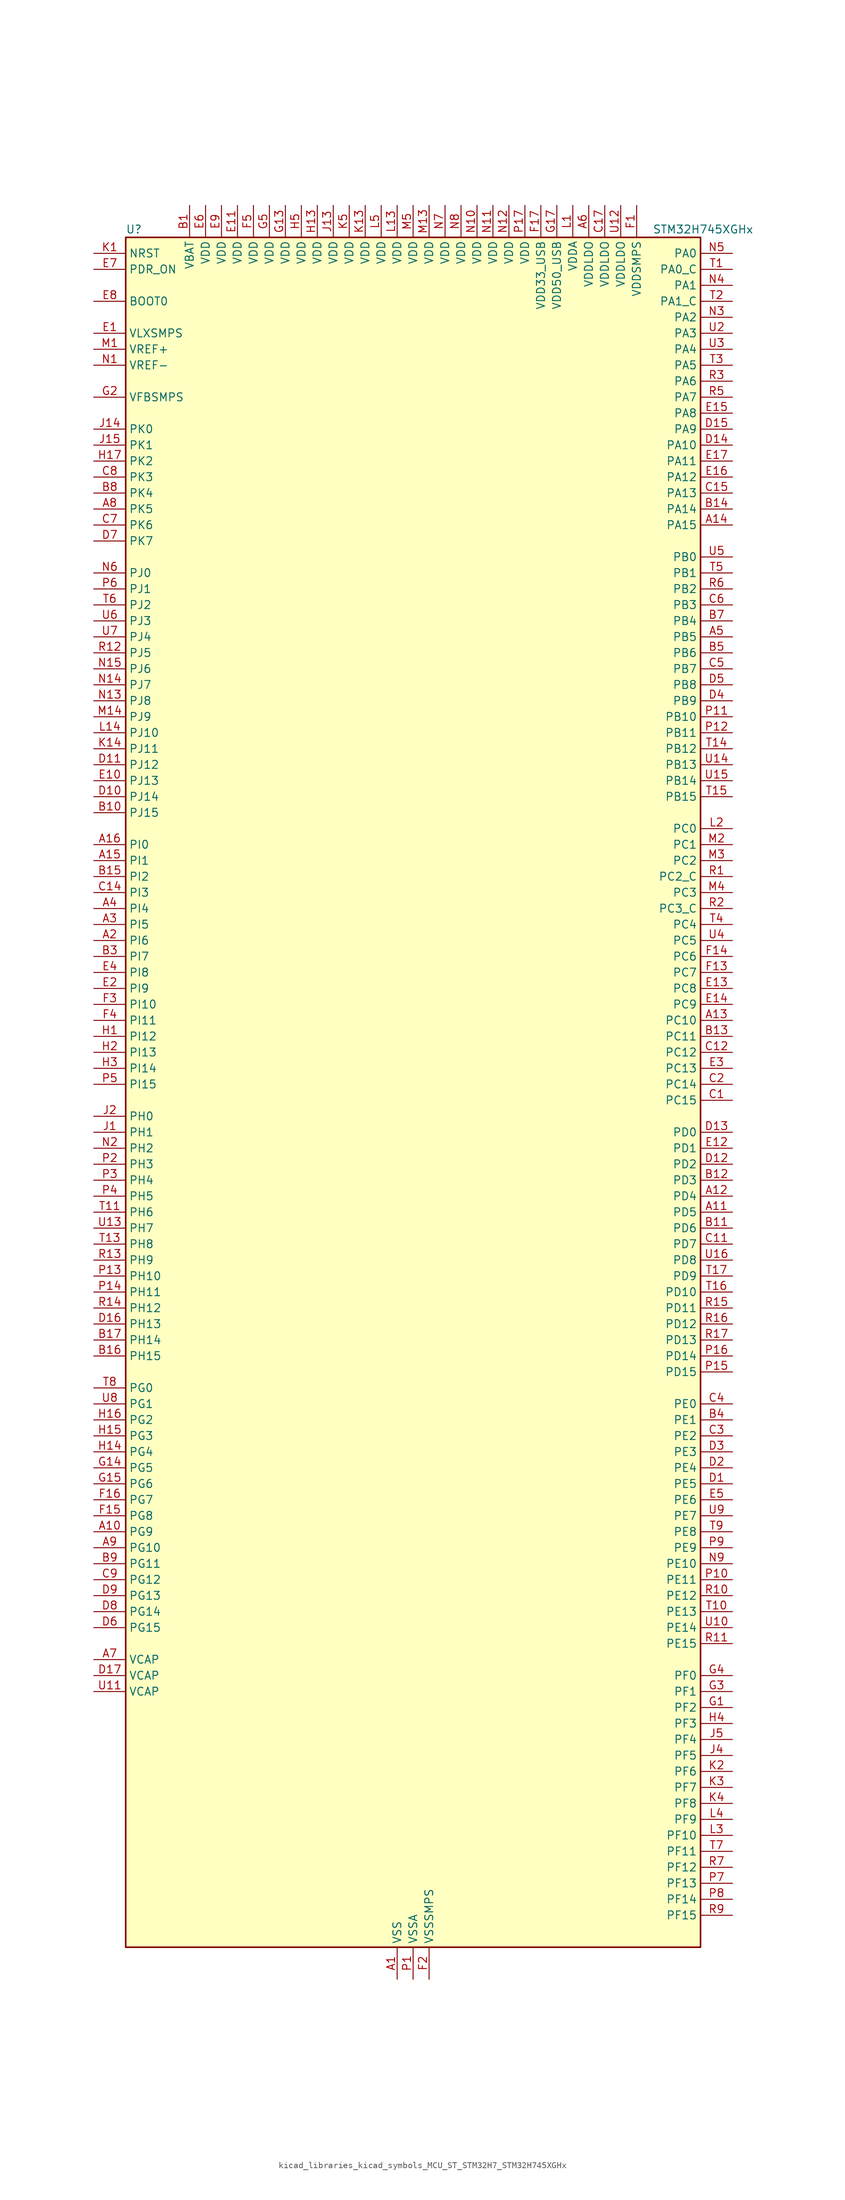
<source format=kicad_sym>
(kicad_symbol_lib
  (version 20220914)
  (generator kicad_symbol_editor)
  (symbol "kicad_libraries_kicad_symbols_MCU_ST_STM32H7_STM32H745XGHx"
    (property "Reference" "U"
      (at -45.72 138.43 0)
      (effects (font (size 1.27 1.27)) (justify left)))
    (property "Value" "STM32H745XGHx"
      (at 38.1 138.43 0)
      (effects (font (size 1.27 1.27)) (justify left)))
    (property "ki_locked" ""
      (at 0 0 0)
      (effects (font (size 1.27 1.27))))
    (symbol "kicad_libraries_kicad_symbols_MCU_ST_STM32H7_STM32H745XGHx_0_1"
      (rectangle (start -45.72 -134.62) (end 45.72 137.16) (stroke (width 0.254) (type default)) (fill (type background))))
    (symbol "kicad_libraries_kicad_symbols_MCU_ST_STM32H7_STM32H745XGHx_1_1"
      (pin power_in line (at -2.54 -139.7 90) (length 5.08) (name "VSS" (effects (font (size 1.27 1.27)))) (number "A1" (effects (font (size 1.27 1.27)))))
      (pin bidirectional line (at -50.8 -68.58 0) (length 5.08) (name "PG9" (effects (font (size 1.27 1.27)))) (number "A10" (effects (font (size 1.27 1.27)))) (alternate "DAC1_EXTI9" bidirectional line) (alternate "DCMI_VSYNC" bidirectional line) (alternate "FMC_NCE" bidirectional line) (alternate "FMC_NE2" bidirectional line) (alternate "I2S1_SDI" bidirectional line) (alternate "QUADSPI_BK2_IO2" bidirectional line) (alternate "SAI2_FS_B" bidirectional line) (alternate "SPDIFRX1_IN3" bidirectional line) (alternate "SPI1_MISO" bidirectional line) (alternate "USART6_RX" bidirectional line))
      (pin bidirectional line (at 50.8 -17.78 180) (length 5.08) (name "PD5" (effects (font (size 1.27 1.27)))) (number "A11" (effects (font (size 1.27 1.27)))) (alternate "FMC_NWE" bidirectional line) (alternate "HRTIM_EEV3" bidirectional line) (alternate "USART2_TX" bidirectional line))
      (pin bidirectional line (at 50.8 -15.24 180) (length 5.08) (name "PD4" (effects (font (size 1.27 1.27)))) (number "A12" (effects (font (size 1.27 1.27)))) (alternate "FMC_NOE" bidirectional line) (alternate "HRTIM_FLT3" bidirectional line) (alternate "SAI3_FS_A" bidirectional line) (alternate "USART2_DE" bidirectional line) (alternate "USART2_RTS" bidirectional line))
      (pin bidirectional line (at 50.8 12.7 180) (length 5.08) (name "PC10" (effects (font (size 1.27 1.27)))) (number "A13" (effects (font (size 1.27 1.27)))) (alternate "DCMI_D8" bidirectional line) (alternate "DFSDM1_CKIN5" bidirectional line) (alternate "HRTIM_EEV1" bidirectional line) (alternate "I2S3_CK" bidirectional line) (alternate "LTDC_R2" bidirectional line) (alternate "QUADSPI_BK1_IO1" bidirectional line) (alternate "SDMMC1_D2" bidirectional line) (alternate "SPI3_SCK" bidirectional line) (alternate "UART4_TX" bidirectional line) (alternate "USART3_TX" bidirectional line))
      (pin bidirectional line (at 50.8 91.44 180) (length 5.08) (name "PA15" (effects (font (size 1.27 1.27)))) (number "A14" (effects (font (size 1.27 1.27)))) (alternate "ADC1_EXTI15" bidirectional line) (alternate "ADC2_EXTI15" bidirectional line) (alternate "ADC3_EXTI15" bidirectional line) (alternate "CEC" bidirectional line) (alternate "DEBUG_JTDI" bidirectional line) (alternate "HRTIM_FLT1" bidirectional line) (alternate "I2S1_WS" bidirectional line) (alternate "I2S3_WS" bidirectional line) (alternate "SPI1_NSS" bidirectional line) (alternate "SPI3_NSS" bidirectional line) (alternate "SPI6_NSS" bidirectional line) (alternate "TIM2_CH1" bidirectional line) (alternate "TIM2_ETR" bidirectional line) (alternate "UART4_DE" bidirectional line) (alternate "UART4_RTS" bidirectional line) (alternate "UART7_TX" bidirectional line))
      (pin bidirectional line (at -50.8 38.1 0) (length 5.08) (name "PI1" (effects (font (size 1.27 1.27)))) (number "A15" (effects (font (size 1.27 1.27)))) (alternate "DCMI_D8" bidirectional line) (alternate "FMC_D25" bidirectional line) (alternate "I2S2_CK" bidirectional line) (alternate "LTDC_G6" bidirectional line) (alternate "SPI2_SCK" bidirectional line) (alternate "TIM8_BKIN2" bidirectional line) (alternate "TIM8_BKIN2_COMP1" bidirectional line) (alternate "TIM8_BKIN2_COMP2" bidirectional line))
      (pin bidirectional line (at -50.8 40.64 0) (length 5.08) (name "PI0" (effects (font (size 1.27 1.27)))) (number "A16" (effects (font (size 1.27 1.27)))) (alternate "DCMI_D13" bidirectional line) (alternate "FMC_D24" bidirectional line) (alternate "I2S2_WS" bidirectional line) (alternate "LTDC_G5" bidirectional line) (alternate "SPI2_NSS" bidirectional line) (alternate "TIM5_CH4" bidirectional line))
      (pin passive line (at -2.54 -139.7 90) (length 5.08) hide (name "VSS" (effects (font (size 1.27 1.27)))) (number "A17" (effects (font (size 1.27 1.27)))))
      (pin bidirectional line (at -50.8 25.4 0) (length 5.08) (name "PI6" (effects (font (size 1.27 1.27)))) (number "A2" (effects (font (size 1.27 1.27)))) (alternate "DCMI_D6" bidirectional line) (alternate "FMC_D28" bidirectional line) (alternate "LTDC_B6" bidirectional line) (alternate "SAI2_SD_A" bidirectional line) (alternate "TIM8_CH2" bidirectional line))
      (pin bidirectional line (at -50.8 27.94 0) (length 5.08) (name "PI5" (effects (font (size 1.27 1.27)))) (number "A3" (effects (font (size 1.27 1.27)))) (alternate "DCMI_VSYNC" bidirectional line) (alternate "FMC_NBL3" bidirectional line) (alternate "LTDC_B5" bidirectional line) (alternate "SAI2_SCK_A" bidirectional line) (alternate "TIM8_CH1" bidirectional line))
      (pin bidirectional line (at -50.8 30.48 0) (length 5.08) (name "PI4" (effects (font (size 1.27 1.27)))) (number "A4" (effects (font (size 1.27 1.27)))) (alternate "DCMI_D5" bidirectional line) (alternate "FMC_NBL2" bidirectional line) (alternate "LTDC_B4" bidirectional line) (alternate "SAI2_MCLK_A" bidirectional line) (alternate "TIM8_BKIN" bidirectional line) (alternate "TIM8_BKIN_COMP1" bidirectional line) (alternate "TIM8_BKIN_COMP2" bidirectional line))
      (pin bidirectional line (at 50.8 73.66 180) (length 5.08) (name "PB5" (effects (font (size 1.27 1.27)))) (number "A5" (effects (font (size 1.27 1.27)))) (alternate "DCMI_D10" bidirectional line) (alternate "ETH_PPS_OUT" bidirectional line) (alternate "FDCAN2_RX" bidirectional line) (alternate "FMC_SDCKE1" bidirectional line) (alternate "HRTIM_EEV7" bidirectional line) (alternate "I2C1_SMBA" bidirectional line) (alternate "I2C4_SMBA" bidirectional line) (alternate "I2S1_SDO" bidirectional line) (alternate "I2S3_SDO" bidirectional line) (alternate "SPI1_MOSI" bidirectional line) (alternate "SPI3_MOSI" bidirectional line) (alternate "SPI6_MOSI" bidirectional line) (alternate "TIM17_BKIN" bidirectional line) (alternate "TIM3_CH2" bidirectional line) (alternate "UART5_RX" bidirectional line) (alternate "USB_OTG_HS_ULPI_D7" bidirectional line))
      (pin power_in line (at 27.94 142.24 270) (length 5.08) (name "VDDLDO" (effects (font (size 1.27 1.27)))) (number "A6" (effects (font (size 1.27 1.27)))))
      (pin power_out line (at -50.8 -88.9 0) (length 5.08) (name "VCAP" (effects (font (size 1.27 1.27)))) (number "A7" (effects (font (size 1.27 1.27)))))
      (pin bidirectional line (at -50.8 93.98 0) (length 5.08) (name "PK5" (effects (font (size 1.27 1.27)))) (number "A8" (effects (font (size 1.27 1.27)))) (alternate "LTDC_B6" bidirectional line))
      (pin bidirectional line (at -50.8 -71.12 0) (length 5.08) (name "PG10" (effects (font (size 1.27 1.27)))) (number "A9" (effects (font (size 1.27 1.27)))) (alternate "DCMI_D2" bidirectional line) (alternate "FMC_NE3" bidirectional line) (alternate "HRTIM_FLT5" bidirectional line) (alternate "I2S1_WS" bidirectional line) (alternate "LTDC_B2" bidirectional line) (alternate "LTDC_G3" bidirectional line) (alternate "SAI2_SD_B" bidirectional line) (alternate "SPI1_NSS" bidirectional line))
      (pin power_in line (at -35.56 142.24 270) (length 5.08) (name "VBAT" (effects (font (size 1.27 1.27)))) (number "B1" (effects (font (size 1.27 1.27)))))
      (pin bidirectional line (at -50.8 45.72 0) (length 5.08) (name "PJ15" (effects (font (size 1.27 1.27)))) (number "B10" (effects (font (size 1.27 1.27)))) (alternate "ADC1_EXTI15" bidirectional line) (alternate "ADC2_EXTI15" bidirectional line) (alternate "ADC3_EXTI15" bidirectional line) (alternate "LTDC_B3" bidirectional line))
      (pin bidirectional line (at 50.8 -20.32 180) (length 5.08) (name "PD6" (effects (font (size 1.27 1.27)))) (number "B11" (effects (font (size 1.27 1.27)))) (alternate "DCMI_D10" bidirectional line) (alternate "DFSDM1_CKIN4" bidirectional line) (alternate "DFSDM1_DATIN1" bidirectional line) (alternate "FMC_NWAIT" bidirectional line) (alternate "I2S3_SDO" bidirectional line) (alternate "LTDC_B2" bidirectional line) (alternate "SAI1_D1" bidirectional line) (alternate "SAI1_SD_A" bidirectional line) (alternate "SAI4_D1" bidirectional line) (alternate "SAI4_SD_A" bidirectional line) (alternate "SDMMC2_CK" bidirectional line) (alternate "SPI3_MOSI" bidirectional line) (alternate "USART2_RX" bidirectional line))
      (pin bidirectional line (at 50.8 -12.7 180) (length 5.08) (name "PD3" (effects (font (size 1.27 1.27)))) (number "B12" (effects (font (size 1.27 1.27)))) (alternate "DCMI_D5" bidirectional line) (alternate "DFSDM1_CKOUT" bidirectional line) (alternate "FMC_CLK" bidirectional line) (alternate "I2S2_CK" bidirectional line) (alternate "LTDC_G7" bidirectional line) (alternate "SPI2_SCK" bidirectional line) (alternate "USART2_CTS" bidirectional line) (alternate "USART2_NSS" bidirectional line))
      (pin bidirectional line (at 50.8 10.16 180) (length 5.08) (name "PC11" (effects (font (size 1.27 1.27)))) (number "B13" (effects (font (size 1.27 1.27)))) (alternate "ADC1_EXTI11" bidirectional line) (alternate "ADC2_EXTI11" bidirectional line) (alternate "ADC3_EXTI11" bidirectional line) (alternate "DCMI_D4" bidirectional line) (alternate "DFSDM1_DATIN5" bidirectional line) (alternate "HRTIM_FLT2" bidirectional line) (alternate "I2S3_SDI" bidirectional line) (alternate "QUADSPI_BK2_NCS" bidirectional line) (alternate "SDMMC1_D3" bidirectional line) (alternate "SPI3_MISO" bidirectional line) (alternate "UART4_RX" bidirectional line) (alternate "USART3_RX" bidirectional line))
      (pin bidirectional line (at 50.8 93.98 180) (length 5.08) (name "PA14" (effects (font (size 1.27 1.27)))) (number "B14" (effects (font (size 1.27 1.27)))) (alternate "DEBUG_JTCK-SWCLK" bidirectional line))
      (pin bidirectional line (at -50.8 35.56 0) (length 5.08) (name "PI2" (effects (font (size 1.27 1.27)))) (number "B15" (effects (font (size 1.27 1.27)))) (alternate "DCMI_D9" bidirectional line) (alternate "FMC_D26" bidirectional line) (alternate "I2S2_SDI" bidirectional line) (alternate "LTDC_G7" bidirectional line) (alternate "SPI2_MISO" bidirectional line) (alternate "TIM8_CH4" bidirectional line))
      (pin bidirectional line (at -50.8 -40.64 0) (length 5.08) (name "PH15" (effects (font (size 1.27 1.27)))) (number "B16" (effects (font (size 1.27 1.27)))) (alternate "ADC1_EXTI15" bidirectional line) (alternate "ADC2_EXTI15" bidirectional line) (alternate "ADC3_EXTI15" bidirectional line) (alternate "DCMI_D11" bidirectional line) (alternate "FMC_D23" bidirectional line) (alternate "LTDC_G4" bidirectional line) (alternate "TIM8_CH3N" bidirectional line))
      (pin bidirectional line (at -50.8 -38.1 0) (length 5.08) (name "PH14" (effects (font (size 1.27 1.27)))) (number "B17" (effects (font (size 1.27 1.27)))) (alternate "DCMI_D4" bidirectional line) (alternate "FDCAN1_RX" bidirectional line) (alternate "FMC_D22" bidirectional line) (alternate "LTDC_G3" bidirectional line) (alternate "TIM8_CH2N" bidirectional line) (alternate "UART4_RX" bidirectional line))
      (pin passive line (at -2.54 -139.7 90) (length 5.08) hide (name "VSS" (effects (font (size 1.27 1.27)))) (number "B2" (effects (font (size 1.27 1.27)))))
      (pin bidirectional line (at -50.8 22.86 0) (length 5.08) (name "PI7" (effects (font (size 1.27 1.27)))) (number "B3" (effects (font (size 1.27 1.27)))) (alternate "DCMI_D7" bidirectional line) (alternate "FMC_D29" bidirectional line) (alternate "LTDC_B7" bidirectional line) (alternate "SAI2_FS_A" bidirectional line) (alternate "TIM8_CH3" bidirectional line))
      (pin bidirectional line (at 50.8 -50.8 180) (length 5.08) (name "PE1" (effects (font (size 1.27 1.27)))) (number "B4" (effects (font (size 1.27 1.27)))) (alternate "DCMI_D3" bidirectional line) (alternate "FMC_NBL1" bidirectional line) (alternate "HRTIM_SCOUT" bidirectional line) (alternate "LPTIM1_IN2" bidirectional line) (alternate "UART8_TX" bidirectional line))
      (pin bidirectional line (at 50.8 71.12 180) (length 5.08) (name "PB6" (effects (font (size 1.27 1.27)))) (number "B5" (effects (font (size 1.27 1.27)))) (alternate "CEC" bidirectional line) (alternate "DCMI_D5" bidirectional line) (alternate "DFSDM1_DATIN5" bidirectional line) (alternate "FDCAN2_TX" bidirectional line) (alternate "FMC_SDNE1" bidirectional line) (alternate "HRTIM_EEV8" bidirectional line) (alternate "I2C1_SCL" bidirectional line) (alternate "I2C4_SCL" bidirectional line) (alternate "LPUART1_TX" bidirectional line) (alternate "QUADSPI_BK1_NCS" bidirectional line) (alternate "TIM16_CH1N" bidirectional line) (alternate "TIM4_CH1" bidirectional line) (alternate "UART5_TX" bidirectional line) (alternate "USART1_TX" bidirectional line))
      (pin passive line (at -2.54 -139.7 90) (length 5.08) hide (name "VSS" (effects (font (size 1.27 1.27)))) (number "B6" (effects (font (size 1.27 1.27)))))
      (pin bidirectional line (at 50.8 76.2 180) (length 5.08) (name "PB4" (effects (font (size 1.27 1.27)))) (number "B7" (effects (font (size 1.27 1.27)))) (alternate "DEBUG_JTRST" bidirectional line) (alternate "HRTIM_EEV6" bidirectional line) (alternate "I2S1_SDI" bidirectional line) (alternate "I2S2_WS" bidirectional line) (alternate "I2S3_SDI" bidirectional line) (alternate "SDMMC2_D3" bidirectional line) (alternate "SPI1_MISO" bidirectional line) (alternate "SPI2_NSS" bidirectional line) (alternate "SPI3_MISO" bidirectional line) (alternate "SPI6_MISO" bidirectional line) (alternate "TIM16_BKIN" bidirectional line) (alternate "TIM3_CH1" bidirectional line) (alternate "UART7_TX" bidirectional line))
      (pin bidirectional line (at -50.8 96.52 0) (length 5.08) (name "PK4" (effects (font (size 1.27 1.27)))) (number "B8" (effects (font (size 1.27 1.27)))) (alternate "LTDC_B5" bidirectional line))
      (pin bidirectional line (at -50.8 -73.66 0) (length 5.08) (name "PG11" (effects (font (size 1.27 1.27)))) (number "B9" (effects (font (size 1.27 1.27)))) (alternate "ADC1_EXTI11" bidirectional line) (alternate "ADC2_EXTI11" bidirectional line) (alternate "ADC3_EXTI11" bidirectional line) (alternate "DCMI_D3" bidirectional line) (alternate "ETH_TX_EN" bidirectional line) (alternate "HRTIM_EEV4" bidirectional line) (alternate "I2S1_CK" bidirectional line) (alternate "LPTIM1_IN2" bidirectional line) (alternate "LTDC_B3" bidirectional line) (alternate "SDMMC2_D2" bidirectional line) (alternate "SPDIFRX1_IN0" bidirectional line) (alternate "SPI1_SCK" bidirectional line))
      (pin bidirectional line (at 50.8 0 180) (length 5.08) (name "PC15" (effects (font (size 1.27 1.27)))) (number "C1" (effects (font (size 1.27 1.27)))) (alternate "ADC1_EXTI15" bidirectional line) (alternate "ADC2_EXTI15" bidirectional line) (alternate "ADC3_EXTI15" bidirectional line) (alternate "RCC_OSC32_OUT" bidirectional line))
      (pin passive line (at -2.54 -139.7 90) (length 5.08) hide (name "VSS" (effects (font (size 1.27 1.27)))) (number "C10" (effects (font (size 1.27 1.27)))))
      (pin bidirectional line (at 50.8 -22.86 180) (length 5.08) (name "PD7" (effects (font (size 1.27 1.27)))) (number "C11" (effects (font (size 1.27 1.27)))) (alternate "DFSDM1_CKIN1" bidirectional line) (alternate "DFSDM1_DATIN4" bidirectional line) (alternate "FMC_NE1" bidirectional line) (alternate "I2S1_SDO" bidirectional line) (alternate "SDMMC2_CMD" bidirectional line) (alternate "SPDIFRX1_IN0" bidirectional line) (alternate "SPI1_MOSI" bidirectional line) (alternate "USART2_CK" bidirectional line))
      (pin bidirectional line (at 50.8 7.62 180) (length 5.08) (name "PC12" (effects (font (size 1.27 1.27)))) (number "C12" (effects (font (size 1.27 1.27)))) (alternate "DCMI_D9" bidirectional line) (alternate "DEBUG_TRACED3" bidirectional line) (alternate "HRTIM_EEV2" bidirectional line) (alternate "I2S3_SDO" bidirectional line) (alternate "SDMMC1_CK" bidirectional line) (alternate "SPI3_MOSI" bidirectional line) (alternate "UART5_TX" bidirectional line) (alternate "USART3_CK" bidirectional line))
      (pin passive line (at -2.54 -139.7 90) (length 5.08) hide (name "VSS" (effects (font (size 1.27 1.27)))) (number "C13" (effects (font (size 1.27 1.27)))))
      (pin bidirectional line (at -50.8 33.02 0) (length 5.08) (name "PI3" (effects (font (size 1.27 1.27)))) (number "C14" (effects (font (size 1.27 1.27)))) (alternate "DCMI_D10" bidirectional line) (alternate "FMC_D27" bidirectional line) (alternate "I2S2_SDO" bidirectional line) (alternate "SPI2_MOSI" bidirectional line) (alternate "TIM8_ETR" bidirectional line))
      (pin bidirectional line (at 50.8 96.52 180) (length 5.08) (name "PA13" (effects (font (size 1.27 1.27)))) (number "C15" (effects (font (size 1.27 1.27)))) (alternate "DEBUG_JTMS-SWDIO" bidirectional line))
      (pin passive line (at -2.54 -139.7 90) (length 5.08) hide (name "VSS" (effects (font (size 1.27 1.27)))) (number "C16" (effects (font (size 1.27 1.27)))))
      (pin power_in line (at 30.48 142.24 270) (length 5.08) (name "VDDLDO" (effects (font (size 1.27 1.27)))) (number "C17" (effects (font (size 1.27 1.27)))))
      (pin bidirectional line (at 50.8 2.54 180) (length 5.08) (name "PC14" (effects (font (size 1.27 1.27)))) (number "C2" (effects (font (size 1.27 1.27)))) (alternate "RCC_OSC32_IN" bidirectional line))
      (pin bidirectional line (at 50.8 -53.34 180) (length 5.08) (name "PE2" (effects (font (size 1.27 1.27)))) (number "C3" (effects (font (size 1.27 1.27)))) (alternate "DEBUG_TRACECLK" bidirectional line) (alternate "ETH_TXD3" bidirectional line) (alternate "FMC_A23" bidirectional line) (alternate "QUADSPI_BK1_IO2" bidirectional line) (alternate "SAI1_CK1" bidirectional line) (alternate "SAI1_MCLK_A" bidirectional line) (alternate "SAI4_CK1" bidirectional line) (alternate "SAI4_MCLK_A" bidirectional line) (alternate "SPI4_SCK" bidirectional line))
      (pin bidirectional line (at 50.8 -48.26 180) (length 5.08) (name "PE0" (effects (font (size 1.27 1.27)))) (number "C4" (effects (font (size 1.27 1.27)))) (alternate "DCMI_D2" bidirectional line) (alternate "FMC_NBL0" bidirectional line) (alternate "HRTIM_SCIN" bidirectional line) (alternate "LPTIM1_ETR" bidirectional line) (alternate "LPTIM2_ETR" bidirectional line) (alternate "SAI2_MCLK_A" bidirectional line) (alternate "TIM4_ETR" bidirectional line) (alternate "UART8_RX" bidirectional line))
      (pin bidirectional line (at 50.8 68.58 180) (length 5.08) (name "PB7" (effects (font (size 1.27 1.27)))) (number "C5" (effects (font (size 1.27 1.27)))) (alternate "DCMI_VSYNC" bidirectional line) (alternate "DFSDM1_CKIN5" bidirectional line) (alternate "FMC_NL" bidirectional line) (alternate "HRTIM_EEV9" bidirectional line) (alternate "I2C1_SDA" bidirectional line) (alternate "I2C4_SDA" bidirectional line) (alternate "LPUART1_RX" bidirectional line) (alternate "PWR_PVD_IN" bidirectional line) (alternate "TIM17_CH1N" bidirectional line) (alternate "TIM4_CH2" bidirectional line) (alternate "USART1_RX" bidirectional line))
      (pin bidirectional line (at 50.8 78.74 180) (length 5.08) (name "PB3" (effects (font (size 1.27 1.27)))) (number "C6" (effects (font (size 1.27 1.27)))) (alternate "CRS_SYNC" bidirectional line) (alternate "DEBUG_JTDO-SWO" bidirectional line) (alternate "HRTIM_FLT4" bidirectional line) (alternate "I2S1_CK" bidirectional line) (alternate "I2S3_CK" bidirectional line) (alternate "SDMMC2_D2" bidirectional line) (alternate "SPI1_SCK" bidirectional line) (alternate "SPI3_SCK" bidirectional line) (alternate "SPI6_SCK" bidirectional line) (alternate "TIM2_CH2" bidirectional line) (alternate "UART7_RX" bidirectional line))
      (pin bidirectional line (at -50.8 91.44 0) (length 5.08) (name "PK6" (effects (font (size 1.27 1.27)))) (number "C7" (effects (font (size 1.27 1.27)))) (alternate "LTDC_B7" bidirectional line))
      (pin bidirectional line (at -50.8 99.06 0) (length 5.08) (name "PK3" (effects (font (size 1.27 1.27)))) (number "C8" (effects (font (size 1.27 1.27)))) (alternate "LTDC_B4" bidirectional line))
      (pin bidirectional line (at -50.8 -76.2 0) (length 5.08) (name "PG12" (effects (font (size 1.27 1.27)))) (number "C9" (effects (font (size 1.27 1.27)))) (alternate "ETH_TXD1" bidirectional line) (alternate "FMC_NE4" bidirectional line) (alternate "HRTIM_EEV5" bidirectional line) (alternate "LPTIM1_IN1" bidirectional line) (alternate "LTDC_B1" bidirectional line) (alternate "LTDC_B4" bidirectional line) (alternate "SPDIFRX1_IN1" bidirectional line) (alternate "SPI6_MISO" bidirectional line) (alternate "USART6_DE" bidirectional line) (alternate "USART6_RTS" bidirectional line))
      (pin bidirectional line (at 50.8 -60.96 180) (length 5.08) (name "PE5" (effects (font (size 1.27 1.27)))) (number "D1" (effects (font (size 1.27 1.27)))) (alternate "DCMI_D6" bidirectional line) (alternate "DEBUG_TRACED2" bidirectional line) (alternate "DFSDM1_CKIN3" bidirectional line) (alternate "FMC_A21" bidirectional line) (alternate "LTDC_G0" bidirectional line) (alternate "SAI1_CK2" bidirectional line) (alternate "SAI1_SCK_A" bidirectional line) (alternate "SAI4_CK2" bidirectional line) (alternate "SAI4_SCK_A" bidirectional line) (alternate "SPI4_MISO" bidirectional line) (alternate "TIM15_CH1" bidirectional line))
      (pin bidirectional line (at -50.8 48.26 0) (length 5.08) (name "PJ14" (effects (font (size 1.27 1.27)))) (number "D10" (effects (font (size 1.27 1.27)))) (alternate "LTDC_B2" bidirectional line))
      (pin bidirectional line (at -50.8 53.34 0) (length 5.08) (name "PJ12" (effects (font (size 1.27 1.27)))) (number "D11" (effects (font (size 1.27 1.27)))) (alternate "DEBUG_TRGOUT" bidirectional line) (alternate "LTDC_B0" bidirectional line) (alternate "LTDC_G3" bidirectional line))
      (pin bidirectional line (at 50.8 -10.16 180) (length 5.08) (name "PD2" (effects (font (size 1.27 1.27)))) (number "D12" (effects (font (size 1.27 1.27)))) (alternate "DCMI_D11" bidirectional line) (alternate "DEBUG_TRACED2" bidirectional line) (alternate "SDMMC1_CMD" bidirectional line) (alternate "TIM3_ETR" bidirectional line) (alternate "UART5_RX" bidirectional line))
      (pin bidirectional line (at 50.8 -5.08 180) (length 5.08) (name "PD0" (effects (font (size 1.27 1.27)))) (number "D13" (effects (font (size 1.27 1.27)))) (alternate "DFSDM1_CKIN6" bidirectional line) (alternate "FDCAN1_RX" bidirectional line) (alternate "FMC_D2" bidirectional line) (alternate "FMC_DA2" bidirectional line) (alternate "SAI3_SCK_A" bidirectional line) (alternate "UART4_RX" bidirectional line))
      (pin bidirectional line (at 50.8 104.14 180) (length 5.08) (name "PA10" (effects (font (size 1.27 1.27)))) (number "D14" (effects (font (size 1.27 1.27)))) (alternate "DCMI_D1" bidirectional line) (alternate "HRTIM_CHC2" bidirectional line) (alternate "LPUART1_RX" bidirectional line) (alternate "LTDC_B1" bidirectional line) (alternate "LTDC_B4" bidirectional line) (alternate "MDIOS_MDIO" bidirectional line) (alternate "TIM1_CH3" bidirectional line) (alternate "USART1_RX" bidirectional line) (alternate "USB_OTG_FS_ID" bidirectional line))
      (pin bidirectional line (at 50.8 106.68 180) (length 5.08) (name "PA9" (effects (font (size 1.27 1.27)))) (number "D15" (effects (font (size 1.27 1.27)))) (alternate "DAC1_EXTI9" bidirectional line) (alternate "DCMI_D0" bidirectional line) (alternate "HRTIM_CHC1" bidirectional line) (alternate "I2C3_SMBA" bidirectional line) (alternate "I2S2_CK" bidirectional line) (alternate "LPUART1_TX" bidirectional line) (alternate "LTDC_R5" bidirectional line) (alternate "SPI2_SCK" bidirectional line) (alternate "TIM1_CH2" bidirectional line) (alternate "USART1_TX" bidirectional line) (alternate "USB_OTG_FS_VBUS" bidirectional line))
      (pin bidirectional line (at -50.8 -35.56 0) (length 5.08) (name "PH13" (effects (font (size 1.27 1.27)))) (number "D16" (effects (font (size 1.27 1.27)))) (alternate "FDCAN1_TX" bidirectional line) (alternate "FMC_D21" bidirectional line) (alternate "LTDC_G2" bidirectional line) (alternate "TIM8_CH1N" bidirectional line) (alternate "UART4_TX" bidirectional line))
      (pin power_out line (at -50.8 -91.44 0) (length 5.08) (name "VCAP" (effects (font (size 1.27 1.27)))) (number "D17" (effects (font (size 1.27 1.27)))))
      (pin bidirectional line (at 50.8 -58.42 180) (length 5.08) (name "PE4" (effects (font (size 1.27 1.27)))) (number "D2" (effects (font (size 1.27 1.27)))) (alternate "DCMI_D4" bidirectional line) (alternate "DEBUG_TRACED1" bidirectional line) (alternate "DFSDM1_DATIN3" bidirectional line) (alternate "FMC_A20" bidirectional line) (alternate "LTDC_B0" bidirectional line) (alternate "SAI1_D2" bidirectional line) (alternate "SAI1_FS_A" bidirectional line) (alternate "SAI4_D2" bidirectional line) (alternate "SAI4_FS_A" bidirectional line) (alternate "SPI4_NSS" bidirectional line) (alternate "TIM15_CH1N" bidirectional line))
      (pin bidirectional line (at 50.8 -55.88 180) (length 5.08) (name "PE3" (effects (font (size 1.27 1.27)))) (number "D3" (effects (font (size 1.27 1.27)))) (alternate "DEBUG_TRACED0" bidirectional line) (alternate "FMC_A19" bidirectional line) (alternate "SAI1_SD_B" bidirectional line) (alternate "SAI4_SD_B" bidirectional line) (alternate "TIM15_BKIN" bidirectional line))
      (pin bidirectional line (at 50.8 63.5 180) (length 5.08) (name "PB9" (effects (font (size 1.27 1.27)))) (number "D4" (effects (font (size 1.27 1.27)))) (alternate "DAC1_EXTI9" bidirectional line) (alternate "DCMI_D7" bidirectional line) (alternate "DFSDM1_DATIN7" bidirectional line) (alternate "FDCAN1_TX" bidirectional line) (alternate "I2C1_SDA" bidirectional line) (alternate "I2C4_SDA" bidirectional line) (alternate "I2C4_SMBA" bidirectional line) (alternate "I2S2_WS" bidirectional line) (alternate "LTDC_B7" bidirectional line) (alternate "SDMMC1_CDIR" bidirectional line) (alternate "SDMMC1_D5" bidirectional line) (alternate "SDMMC2_D5" bidirectional line) (alternate "SPI2_NSS" bidirectional line) (alternate "TIM17_CH1" bidirectional line) (alternate "TIM4_CH4" bidirectional line) (alternate "UART4_TX" bidirectional line))
      (pin bidirectional line (at 50.8 66.04 180) (length 5.08) (name "PB8" (effects (font (size 1.27 1.27)))) (number "D5" (effects (font (size 1.27 1.27)))) (alternate "DCMI_D6" bidirectional line) (alternate "DFSDM1_CKIN7" bidirectional line) (alternate "ETH_TXD3" bidirectional line) (alternate "FDCAN1_RX" bidirectional line) (alternate "I2C1_SCL" bidirectional line) (alternate "I2C4_SCL" bidirectional line) (alternate "LTDC_B6" bidirectional line) (alternate "SDMMC1_CKIN" bidirectional line) (alternate "SDMMC1_D4" bidirectional line) (alternate "SDMMC2_D4" bidirectional line) (alternate "TIM16_CH1" bidirectional line) (alternate "TIM4_CH3" bidirectional line) (alternate "UART4_RX" bidirectional line))
      (pin bidirectional line (at -50.8 -83.82 0) (length 5.08) (name "PG15" (effects (font (size 1.27 1.27)))) (number "D6" (effects (font (size 1.27 1.27)))) (alternate "ADC1_EXTI15" bidirectional line) (alternate "ADC2_EXTI15" bidirectional line) (alternate "ADC3_EXTI15" bidirectional line) (alternate "DCMI_D13" bidirectional line) (alternate "FMC_SDNCAS" bidirectional line) (alternate "USART6_CTS" bidirectional line) (alternate "USART6_NSS" bidirectional line))
      (pin bidirectional line (at -50.8 88.9 0) (length 5.08) (name "PK7" (effects (font (size 1.27 1.27)))) (number "D7" (effects (font (size 1.27 1.27)))) (alternate "LTDC_DE" bidirectional line))
      (pin bidirectional line (at -50.8 -81.28 0) (length 5.08) (name "PG14" (effects (font (size 1.27 1.27)))) (number "D8" (effects (font (size 1.27 1.27)))) (alternate "DEBUG_TRACED1" bidirectional line) (alternate "ETH_TXD1" bidirectional line) (alternate "FMC_A25" bidirectional line) (alternate "LPTIM1_ETR" bidirectional line) (alternate "LTDC_B0" bidirectional line) (alternate "QUADSPI_BK2_IO3" bidirectional line) (alternate "SPI6_MOSI" bidirectional line) (alternate "USART6_TX" bidirectional line))
      (pin bidirectional line (at -50.8 -78.74 0) (length 5.08) (name "PG13" (effects (font (size 1.27 1.27)))) (number "D9" (effects (font (size 1.27 1.27)))) (alternate "DEBUG_TRACED0" bidirectional line) (alternate "ETH_TXD0" bidirectional line) (alternate "FMC_A24" bidirectional line) (alternate "HRTIM_EEV10" bidirectional line) (alternate "LPTIM1_OUT" bidirectional line) (alternate "LTDC_R0" bidirectional line) (alternate "SPI6_SCK" bidirectional line) (alternate "USART6_CTS" bidirectional line) (alternate "USART6_NSS" bidirectional line))
      (pin power_in line (at -50.8 121.92 0) (length 5.08) (name "VLXSMPS" (effects (font (size 1.27 1.27)))) (number "E1" (effects (font (size 1.27 1.27)))))
      (pin bidirectional line (at -50.8 50.8 0) (length 5.08) (name "PJ13" (effects (font (size 1.27 1.27)))) (number "E10" (effects (font (size 1.27 1.27)))) (alternate "LTDC_B1" bidirectional line) (alternate "LTDC_B4" bidirectional line))
      (pin power_in line (at -27.94 142.24 270) (length 5.08) (name "VDD" (effects (font (size 1.27 1.27)))) (number "E11" (effects (font (size 1.27 1.27)))))
      (pin bidirectional line (at 50.8 -7.62 180) (length 5.08) (name "PD1" (effects (font (size 1.27 1.27)))) (number "E12" (effects (font (size 1.27 1.27)))) (alternate "DFSDM1_DATIN6" bidirectional line) (alternate "FDCAN1_TX" bidirectional line) (alternate "FMC_D3" bidirectional line) (alternate "FMC_DA3" bidirectional line) (alternate "SAI3_SD_A" bidirectional line) (alternate "UART4_TX" bidirectional line))
      (pin bidirectional line (at 50.8 17.78 180) (length 5.08) (name "PC8" (effects (font (size 1.27 1.27)))) (number "E13" (effects (font (size 1.27 1.27)))) (alternate "DCMI_D2" bidirectional line) (alternate "DEBUG_TRACED1" bidirectional line) (alternate "FMC_NCE" bidirectional line) (alternate "FMC_NE2" bidirectional line) (alternate "HRTIM_CHB1" bidirectional line) (alternate "SDMMC1_D0" bidirectional line) (alternate "SWPMI1_RX" bidirectional line) (alternate "TIM3_CH3" bidirectional line) (alternate "TIM8_CH3" bidirectional line) (alternate "UART5_DE" bidirectional line) (alternate "UART5_RTS" bidirectional line) (alternate "USART6_CK" bidirectional line))
      (pin bidirectional line (at 50.8 15.24 180) (length 5.08) (name "PC9" (effects (font (size 1.27 1.27)))) (number "E14" (effects (font (size 1.27 1.27)))) (alternate "DAC1_EXTI9" bidirectional line) (alternate "DCMI_D3" bidirectional line) (alternate "I2C3_SDA" bidirectional line) (alternate "I2S_CKIN" bidirectional line) (alternate "LTDC_B2" bidirectional line) (alternate "LTDC_G3" bidirectional line) (alternate "QUADSPI_BK1_IO0" bidirectional line) (alternate "RCC_MCO_2" bidirectional line) (alternate "SDMMC1_D1" bidirectional line) (alternate "SWPMI1_SUSPEND" bidirectional line) (alternate "TIM3_CH4" bidirectional line) (alternate "TIM8_CH4" bidirectional line) (alternate "UART5_CTS" bidirectional line))
      (pin bidirectional line (at 50.8 109.22 180) (length 5.08) (name "PA8" (effects (font (size 1.27 1.27)))) (number "E15" (effects (font (size 1.27 1.27)))) (alternate "HRTIM_CHB2" bidirectional line) (alternate "I2C3_SCL" bidirectional line) (alternate "LTDC_B3" bidirectional line) (alternate "LTDC_R6" bidirectional line) (alternate "RCC_MCO_1" bidirectional line) (alternate "TIM1_CH1" bidirectional line) (alternate "TIM8_BKIN2" bidirectional line) (alternate "TIM8_BKIN2_COMP1" bidirectional line) (alternate "TIM8_BKIN2_COMP2" bidirectional line) (alternate "UART7_RX" bidirectional line) (alternate "USART1_CK" bidirectional line) (alternate "USB_OTG_FS_SOF" bidirectional line))
      (pin bidirectional line (at 50.8 99.06 180) (length 5.08) (name "PA12" (effects (font (size 1.27 1.27)))) (number "E16" (effects (font (size 1.27 1.27)))) (alternate "FDCAN1_TX" bidirectional line) (alternate "HRTIM_CHD2" bidirectional line) (alternate "I2S2_CK" bidirectional line) (alternate "LPUART1_DE" bidirectional line) (alternate "LPUART1_RTS" bidirectional line) (alternate "LTDC_R5" bidirectional line) (alternate "SAI2_FS_B" bidirectional line) (alternate "SPI2_SCK" bidirectional line) (alternate "TIM1_ETR" bidirectional line) (alternate "UART4_TX" bidirectional line) (alternate "USART1_DE" bidirectional line) (alternate "USART1_RTS" bidirectional line) (alternate "USB_OTG_FS_DP" bidirectional line))
      (pin bidirectional line (at 50.8 101.6 180) (length 5.08) (name "PA11" (effects (font (size 1.27 1.27)))) (number "E17" (effects (font (size 1.27 1.27)))) (alternate "ADC1_EXTI11" bidirectional line) (alternate "ADC2_EXTI11" bidirectional line) (alternate "ADC3_EXTI11" bidirectional line) (alternate "FDCAN1_RX" bidirectional line) (alternate "HRTIM_CHD1" bidirectional line) (alternate "I2S2_WS" bidirectional line) (alternate "LPUART1_CTS" bidirectional line) (alternate "LTDC_R4" bidirectional line) (alternate "SPI2_NSS" bidirectional line) (alternate "TIM1_CH4" bidirectional line) (alternate "UART4_RX" bidirectional line) (alternate "USART1_CTS" bidirectional line) (alternate "USART1_NSS" bidirectional line) (alternate "USB_OTG_FS_DM" bidirectional line))
      (pin bidirectional line (at -50.8 17.78 0) (length 5.08) (name "PI9" (effects (font (size 1.27 1.27)))) (number "E2" (effects (font (size 1.27 1.27)))) (alternate "DAC1_EXTI9" bidirectional line) (alternate "FDCAN1_RX" bidirectional line) (alternate "FMC_D30" bidirectional line) (alternate "LTDC_VSYNC" bidirectional line) (alternate "UART4_RX" bidirectional line))
      (pin bidirectional line (at 50.8 5.08 180) (length 5.08) (name "PC13" (effects (font (size 1.27 1.27)))) (number "E3" (effects (font (size 1.27 1.27)))) (alternate "PWR_WKUP2" bidirectional line) (alternate "RTC_OUT_ALARM" bidirectional line) (alternate "RTC_OUT_CALIB" bidirectional line) (alternate "RTC_TAMP1" bidirectional line) (alternate "RTC_TS" bidirectional line))
      (pin bidirectional line (at -50.8 20.32 0) (length 5.08) (name "PI8" (effects (font (size 1.27 1.27)))) (number "E4" (effects (font (size 1.27 1.27)))) (alternate "PWR_WKUP3" bidirectional line) (alternate "RTC_TAMP2" bidirectional line))
      (pin bidirectional line (at 50.8 -63.5 180) (length 5.08) (name "PE6" (effects (font (size 1.27 1.27)))) (number "E5" (effects (font (size 1.27 1.27)))) (alternate "DCMI_D7" bidirectional line) (alternate "DEBUG_TRACED3" bidirectional line) (alternate "FMC_A22" bidirectional line) (alternate "LTDC_G1" bidirectional line) (alternate "SAI1_D1" bidirectional line) (alternate "SAI1_SD_A" bidirectional line) (alternate "SAI2_MCLK_B" bidirectional line) (alternate "SAI4_D1" bidirectional line) (alternate "SAI4_SD_A" bidirectional line) (alternate "SPI4_MOSI" bidirectional line) (alternate "TIM15_CH2" bidirectional line) (alternate "TIM1_BKIN2" bidirectional line) (alternate "TIM1_BKIN2_COMP1" bidirectional line) (alternate "TIM1_BKIN2_COMP2" bidirectional line))
      (pin power_in line (at -33.02 142.24 270) (length 5.08) (name "VDD" (effects (font (size 1.27 1.27)))) (number "E6" (effects (font (size 1.27 1.27)))))
      (pin input line (at -50.8 132.08 0) (length 5.08) (name "PDR_ON" (effects (font (size 1.27 1.27)))) (number "E7" (effects (font (size 1.27 1.27)))))
      (pin input line (at -50.8 127 0) (length 5.08) (name "BOOT0" (effects (font (size 1.27 1.27)))) (number "E8" (effects (font (size 1.27 1.27)))))
      (pin power_in line (at -30.48 142.24 270) (length 5.08) (name "VDD" (effects (font (size 1.27 1.27)))) (number "E9" (effects (font (size 1.27 1.27)))))
      (pin power_in line (at 35.56 142.24 270) (length 5.08) (name "VDDSMPS" (effects (font (size 1.27 1.27)))) (number "F1" (effects (font (size 1.27 1.27)))))
      (pin bidirectional line (at 50.8 20.32 180) (length 5.08) (name "PC7" (effects (font (size 1.27 1.27)))) (number "F13" (effects (font (size 1.27 1.27)))) (alternate "DCMI_D1" bidirectional line) (alternate "DEBUG_TRGIO" bidirectional line) (alternate "DFSDM1_DATIN3" bidirectional line) (alternate "FMC_NE1" bidirectional line) (alternate "HRTIM_CHA2" bidirectional line) (alternate "I2S3_MCK" bidirectional line) (alternate "LTDC_G6" bidirectional line) (alternate "SDMMC1_D123DIR" bidirectional line) (alternate "SDMMC1_D7" bidirectional line) (alternate "SDMMC2_D7" bidirectional line) (alternate "SWPMI1_TX" bidirectional line) (alternate "TIM3_CH2" bidirectional line) (alternate "TIM8_CH2" bidirectional line) (alternate "USART6_RX" bidirectional line))
      (pin bidirectional line (at 50.8 22.86 180) (length 5.08) (name "PC6" (effects (font (size 1.27 1.27)))) (number "F14" (effects (font (size 1.27 1.27)))) (alternate "DCMI_D0" bidirectional line) (alternate "DFSDM1_CKIN3" bidirectional line) (alternate "FMC_NWAIT" bidirectional line) (alternate "HRTIM_CHA1" bidirectional line) (alternate "I2S2_MCK" bidirectional line) (alternate "LTDC_HSYNC" bidirectional line) (alternate "SDMMC1_D0DIR" bidirectional line) (alternate "SDMMC1_D6" bidirectional line) (alternate "SDMMC2_D6" bidirectional line) (alternate "SWPMI1_IO" bidirectional line) (alternate "TIM3_CH1" bidirectional line) (alternate "TIM8_CH1" bidirectional line) (alternate "USART6_TX" bidirectional line))
      (pin bidirectional line (at -50.8 -66.04 0) (length 5.08) (name "PG8" (effects (font (size 1.27 1.27)))) (number "F15" (effects (font (size 1.27 1.27)))) (alternate "ETH_PPS_OUT" bidirectional line) (alternate "FMC_SDCLK" bidirectional line) (alternate "LTDC_G7" bidirectional line) (alternate "SPDIFRX1_IN2" bidirectional line) (alternate "SPI6_NSS" bidirectional line) (alternate "TIM8_ETR" bidirectional line) (alternate "USART6_DE" bidirectional line) (alternate "USART6_RTS" bidirectional line))
      (pin bidirectional line (at -50.8 -63.5 0) (length 5.08) (name "PG7" (effects (font (size 1.27 1.27)))) (number "F16" (effects (font (size 1.27 1.27)))) (alternate "DCMI_D13" bidirectional line) (alternate "FMC_INT" bidirectional line) (alternate "HRTIM_CHE2" bidirectional line) (alternate "LTDC_CLK" bidirectional line) (alternate "SAI1_MCLK_A" bidirectional line) (alternate "USART6_CK" bidirectional line))
      (pin power_in line (at 20.32 142.24 270) (length 5.08) (name "VDD33_USB" (effects (font (size 1.27 1.27)))) (number "F17" (effects (font (size 1.27 1.27)))))
      (pin power_in line (at 2.54 -139.7 90) (length 5.08) (name "VSSSMPS" (effects (font (size 1.27 1.27)))) (number "F2" (effects (font (size 1.27 1.27)))))
      (pin bidirectional line (at -50.8 15.24 0) (length 5.08) (name "PI10" (effects (font (size 1.27 1.27)))) (number "F3" (effects (font (size 1.27 1.27)))) (alternate "ETH_RX_ER" bidirectional line) (alternate "FMC_D31" bidirectional line) (alternate "LTDC_HSYNC" bidirectional line))
      (pin bidirectional line (at -50.8 12.7 0) (length 5.08) (name "PI11" (effects (font (size 1.27 1.27)))) (number "F4" (effects (font (size 1.27 1.27)))) (alternate "ADC1_EXTI11" bidirectional line) (alternate "ADC2_EXTI11" bidirectional line) (alternate "ADC3_EXTI11" bidirectional line) (alternate "LTDC_G6" bidirectional line) (alternate "PWR_WKUP4" bidirectional line) (alternate "USB_OTG_HS_ULPI_DIR" bidirectional line))
      (pin power_in line (at -25.4 142.24 270) (length 5.08) (name "VDD" (effects (font (size 1.27 1.27)))) (number "F5" (effects (font (size 1.27 1.27)))))
      (pin bidirectional line (at 50.8 -96.52 180) (length 5.08) (name "PF2" (effects (font (size 1.27 1.27)))) (number "G1" (effects (font (size 1.27 1.27)))) (alternate "FMC_A2" bidirectional line) (alternate "I2C2_SMBA" bidirectional line))
      (pin passive line (at -2.54 -139.7 90) (length 5.08) hide (name "VSS" (effects (font (size 1.27 1.27)))) (number "G10" (effects (font (size 1.27 1.27)))))
      (pin passive line (at -2.54 -139.7 90) (length 5.08) hide (name "VSS" (effects (font (size 1.27 1.27)))) (number "G11" (effects (font (size 1.27 1.27)))))
      (pin power_in line (at -20.32 142.24 270) (length 5.08) (name "VDD" (effects (font (size 1.27 1.27)))) (number "G13" (effects (font (size 1.27 1.27)))))
      (pin bidirectional line (at -50.8 -58.42 0) (length 5.08) (name "PG5" (effects (font (size 1.27 1.27)))) (number "G14" (effects (font (size 1.27 1.27)))) (alternate "FMC_A15" bidirectional line) (alternate "FMC_BA1" bidirectional line) (alternate "TIM1_ETR" bidirectional line))
      (pin bidirectional line (at -50.8 -60.96 0) (length 5.08) (name "PG6" (effects (font (size 1.27 1.27)))) (number "G15" (effects (font (size 1.27 1.27)))) (alternate "DCMI_D12" bidirectional line) (alternate "FMC_NE3" bidirectional line) (alternate "HRTIM_CHE1" bidirectional line) (alternate "LTDC_R7" bidirectional line) (alternate "QUADSPI_BK1_NCS" bidirectional line) (alternate "TIM17_BKIN" bidirectional line))
      (pin passive line (at -2.54 -139.7 90) (length 5.08) hide (name "VSS" (effects (font (size 1.27 1.27)))) (number "G16" (effects (font (size 1.27 1.27)))))
      (pin power_in line (at 22.86 142.24 270) (length 5.08) (name "VDD50_USB" (effects (font (size 1.27 1.27)))) (number "G17" (effects (font (size 1.27 1.27)))))
      (pin input line (at -50.8 111.76 0) (length 5.08) (name "VFBSMPS" (effects (font (size 1.27 1.27)))) (number "G2" (effects (font (size 1.27 1.27)))))
      (pin bidirectional line (at 50.8 -93.98 180) (length 5.08) (name "PF1" (effects (font (size 1.27 1.27)))) (number "G3" (effects (font (size 1.27 1.27)))) (alternate "FMC_A1" bidirectional line) (alternate "I2C2_SCL" bidirectional line))
      (pin bidirectional line (at 50.8 -91.44 180) (length 5.08) (name "PF0" (effects (font (size 1.27 1.27)))) (number "G4" (effects (font (size 1.27 1.27)))) (alternate "FMC_A0" bidirectional line) (alternate "I2C2_SDA" bidirectional line))
      (pin power_in line (at -22.86 142.24 270) (length 5.08) (name "VDD" (effects (font (size 1.27 1.27)))) (number "G5" (effects (font (size 1.27 1.27)))))
      (pin passive line (at -2.54 -139.7 90) (length 5.08) hide (name "VSS" (effects (font (size 1.27 1.27)))) (number "G7" (effects (font (size 1.27 1.27)))))
      (pin passive line (at -2.54 -139.7 90) (length 5.08) hide (name "VSS" (effects (font (size 1.27 1.27)))) (number "G8" (effects (font (size 1.27 1.27)))))
      (pin passive line (at -2.54 -139.7 90) (length 5.08) hide (name "VSS" (effects (font (size 1.27 1.27)))) (number "G9" (effects (font (size 1.27 1.27)))))
      (pin bidirectional line (at -50.8 10.16 0) (length 5.08) (name "PI12" (effects (font (size 1.27 1.27)))) (number "H1" (effects (font (size 1.27 1.27)))) (alternate "LTDC_HSYNC" bidirectional line))
      (pin passive line (at -2.54 -139.7 90) (length 5.08) hide (name "VSS" (effects (font (size 1.27 1.27)))) (number "H10" (effects (font (size 1.27 1.27)))))
      (pin passive line (at -2.54 -139.7 90) (length 5.08) hide (name "VSS" (effects (font (size 1.27 1.27)))) (number "H11" (effects (font (size 1.27 1.27)))))
      (pin power_in line (at -15.24 142.24 270) (length 5.08) (name "VDD" (effects (font (size 1.27 1.27)))) (number "H13" (effects (font (size 1.27 1.27)))))
      (pin bidirectional line (at -50.8 -55.88 0) (length 5.08) (name "PG4" (effects (font (size 1.27 1.27)))) (number "H14" (effects (font (size 1.27 1.27)))) (alternate "FMC_A14" bidirectional line) (alternate "FMC_BA0" bidirectional line) (alternate "TIM1_BKIN2" bidirectional line) (alternate "TIM1_BKIN2_COMP1" bidirectional line) (alternate "TIM1_BKIN2_COMP2" bidirectional line))
      (pin bidirectional line (at -50.8 -53.34 0) (length 5.08) (name "PG3" (effects (font (size 1.27 1.27)))) (number "H15" (effects (font (size 1.27 1.27)))) (alternate "FMC_A13" bidirectional line) (alternate "TIM8_BKIN2" bidirectional line) (alternate "TIM8_BKIN2_COMP1" bidirectional line) (alternate "TIM8_BKIN2_COMP2" bidirectional line))
      (pin bidirectional line (at -50.8 -50.8 0) (length 5.08) (name "PG2" (effects (font (size 1.27 1.27)))) (number "H16" (effects (font (size 1.27 1.27)))) (alternate "FMC_A12" bidirectional line) (alternate "TIM8_BKIN" bidirectional line) (alternate "TIM8_BKIN_COMP1" bidirectional line) (alternate "TIM8_BKIN_COMP2" bidirectional line))
      (pin bidirectional line (at -50.8 101.6 0) (length 5.08) (name "PK2" (effects (font (size 1.27 1.27)))) (number "H17" (effects (font (size 1.27 1.27)))) (alternate "LTDC_G7" bidirectional line) (alternate "TIM1_BKIN" bidirectional line) (alternate "TIM1_BKIN_COMP1" bidirectional line) (alternate "TIM1_BKIN_COMP2" bidirectional line) (alternate "TIM8_BKIN" bidirectional line) (alternate "TIM8_BKIN_COMP1" bidirectional line) (alternate "TIM8_BKIN_COMP2" bidirectional line))
      (pin bidirectional line (at -50.8 7.62 0) (length 5.08) (name "PI13" (effects (font (size 1.27 1.27)))) (number "H2" (effects (font (size 1.27 1.27)))) (alternate "LTDC_VSYNC" bidirectional line))
      (pin bidirectional line (at -50.8 5.08 0) (length 5.08) (name "PI14" (effects (font (size 1.27 1.27)))) (number "H3" (effects (font (size 1.27 1.27)))) (alternate "LTDC_CLK" bidirectional line))
      (pin bidirectional line (at 50.8 -99.06 180) (length 5.08) (name "PF3" (effects (font (size 1.27 1.27)))) (number "H4" (effects (font (size 1.27 1.27)))) (alternate "ADC3_INP5" bidirectional line) (alternate "FMC_A3" bidirectional line))
      (pin power_in line (at -17.78 142.24 270) (length 5.08) (name "VDD" (effects (font (size 1.27 1.27)))) (number "H5" (effects (font (size 1.27 1.27)))))
      (pin passive line (at -2.54 -139.7 90) (length 5.08) hide (name "VSS" (effects (font (size 1.27 1.27)))) (number "H7" (effects (font (size 1.27 1.27)))))
      (pin passive line (at -2.54 -139.7 90) (length 5.08) hide (name "VSS" (effects (font (size 1.27 1.27)))) (number "H8" (effects (font (size 1.27 1.27)))))
      (pin passive line (at -2.54 -139.7 90) (length 5.08) hide (name "VSS" (effects (font (size 1.27 1.27)))) (number "H9" (effects (font (size 1.27 1.27)))))
      (pin bidirectional line (at -50.8 -5.08 0) (length 5.08) (name "PH1" (effects (font (size 1.27 1.27)))) (number "J1" (effects (font (size 1.27 1.27)))) (alternate "RCC_OSC_OUT" bidirectional line))
      (pin passive line (at -2.54 -139.7 90) (length 5.08) hide (name "VSS" (effects (font (size 1.27 1.27)))) (number "J10" (effects (font (size 1.27 1.27)))))
      (pin passive line (at -2.54 -139.7 90) (length 5.08) hide (name "VSS" (effects (font (size 1.27 1.27)))) (number "J11" (effects (font (size 1.27 1.27)))))
      (pin power_in line (at -12.7 142.24 270) (length 5.08) (name "VDD" (effects (font (size 1.27 1.27)))) (number "J13" (effects (font (size 1.27 1.27)))))
      (pin bidirectional line (at -50.8 106.68 0) (length 5.08) (name "PK0" (effects (font (size 1.27 1.27)))) (number "J14" (effects (font (size 1.27 1.27)))) (alternate "LTDC_G5" bidirectional line) (alternate "SPI5_SCK" bidirectional line) (alternate "TIM1_CH1N" bidirectional line) (alternate "TIM8_CH3" bidirectional line))
      (pin bidirectional line (at -50.8 104.14 0) (length 5.08) (name "PK1" (effects (font (size 1.27 1.27)))) (number "J15" (effects (font (size 1.27 1.27)))) (alternate "LTDC_G6" bidirectional line) (alternate "SPI5_NSS" bidirectional line) (alternate "TIM1_CH1" bidirectional line) (alternate "TIM8_CH3N" bidirectional line))
      (pin passive line (at -2.54 -139.7 90) (length 5.08) hide (name "VSS" (effects (font (size 1.27 1.27)))) (number "J16" (effects (font (size 1.27 1.27)))))
      (pin passive line (at -2.54 -139.7 90) (length 5.08) hide (name "VSS" (effects (font (size 1.27 1.27)))) (number "J17" (effects (font (size 1.27 1.27)))))
      (pin bidirectional line (at -50.8 -2.54 0) (length 5.08) (name "PH0" (effects (font (size 1.27 1.27)))) (number "J2" (effects (font (size 1.27 1.27)))) (alternate "RCC_OSC_IN" bidirectional line))
      (pin passive line (at -2.54 -139.7 90) (length 5.08) hide (name "VSS" (effects (font (size 1.27 1.27)))) (number "J3" (effects (font (size 1.27 1.27)))))
      (pin bidirectional line (at 50.8 -104.14 180) (length 5.08) (name "PF5" (effects (font (size 1.27 1.27)))) (number "J4" (effects (font (size 1.27 1.27)))) (alternate "ADC3_INP4" bidirectional line) (alternate "FMC_A5" bidirectional line))
      (pin bidirectional line (at 50.8 -101.6 180) (length 5.08) (name "PF4" (effects (font (size 1.27 1.27)))) (number "J5" (effects (font (size 1.27 1.27)))) (alternate "ADC3_INN5" bidirectional line) (alternate "ADC3_INP9" bidirectional line) (alternate "FMC_A4" bidirectional line))
      (pin passive line (at -2.54 -139.7 90) (length 5.08) hide (name "VSS" (effects (font (size 1.27 1.27)))) (number "J7" (effects (font (size 1.27 1.27)))))
      (pin passive line (at -2.54 -139.7 90) (length 5.08) hide (name "VSS" (effects (font (size 1.27 1.27)))) (number "J8" (effects (font (size 1.27 1.27)))))
      (pin passive line (at -2.54 -139.7 90) (length 5.08) hide (name "VSS" (effects (font (size 1.27 1.27)))) (number "J9" (effects (font (size 1.27 1.27)))))
      (pin input line (at -50.8 134.62 0) (length 5.08) (name "NRST" (effects (font (size 1.27 1.27)))) (number "K1" (effects (font (size 1.27 1.27)))))
      (pin passive line (at -2.54 -139.7 90) (length 5.08) hide (name "VSS" (effects (font (size 1.27 1.27)))) (number "K10" (effects (font (size 1.27 1.27)))))
      (pin passive line (at -2.54 -139.7 90) (length 5.08) hide (name "VSS" (effects (font (size 1.27 1.27)))) (number "K11" (effects (font (size 1.27 1.27)))))
      (pin power_in line (at -7.62 142.24 270) (length 5.08) (name "VDD" (effects (font (size 1.27 1.27)))) (number "K13" (effects (font (size 1.27 1.27)))))
      (pin bidirectional line (at -50.8 55.88 0) (length 5.08) (name "PJ11" (effects (font (size 1.27 1.27)))) (number "K14" (effects (font (size 1.27 1.27)))) (alternate "ADC1_EXTI11" bidirectional line) (alternate "ADC2_EXTI11" bidirectional line) (alternate "ADC3_EXTI11" bidirectional line) (alternate "LTDC_G4" bidirectional line) (alternate "SPI5_MISO" bidirectional line) (alternate "TIM1_CH2" bidirectional line) (alternate "TIM8_CH2N" bidirectional line))
      (pin passive line (at -2.54 -139.7 90) (length 5.08) hide (name "VSS" (effects (font (size 1.27 1.27)))) (number "K15" (effects (font (size 1.27 1.27)))))
      (pin no_connect line (at -45.72 -134.62 0) (length 5.08) hide (name "NC" (effects (font (size 1.27 1.27)))) (number "K16" (effects (font (size 1.27 1.27)))))
      (pin no_connect line (at -45.72 -132.08 0) (length 5.08) hide (name "NC" (effects (font (size 1.27 1.27)))) (number "K17" (effects (font (size 1.27 1.27)))))
      (pin bidirectional line (at 50.8 -106.68 180) (length 5.08) (name "PF6" (effects (font (size 1.27 1.27)))) (number "K2" (effects (font (size 1.27 1.27)))) (alternate "ADC3_INN4" bidirectional line) (alternate "ADC3_INP8" bidirectional line) (alternate "QUADSPI_BK1_IO3" bidirectional line) (alternate "SAI1_SD_B" bidirectional line) (alternate "SAI4_SD_B" bidirectional line) (alternate "SPI5_NSS" bidirectional line) (alternate "TIM16_CH1" bidirectional line) (alternate "UART7_RX" bidirectional line))
      (pin bidirectional line (at 50.8 -109.22 180) (length 5.08) (name "PF7" (effects (font (size 1.27 1.27)))) (number "K3" (effects (font (size 1.27 1.27)))) (alternate "ADC3_INP3" bidirectional line) (alternate "QUADSPI_BK1_IO2" bidirectional line) (alternate "SAI1_MCLK_B" bidirectional line) (alternate "SAI4_MCLK_B" bidirectional line) (alternate "SPI5_SCK" bidirectional line) (alternate "TIM17_CH1" bidirectional line) (alternate "UART7_TX" bidirectional line))
      (pin bidirectional line (at 50.8 -111.76 180) (length 5.08) (name "PF8" (effects (font (size 1.27 1.27)))) (number "K4" (effects (font (size 1.27 1.27)))) (alternate "ADC3_INN3" bidirectional line) (alternate "ADC3_INP7" bidirectional line) (alternate "QUADSPI_BK1_IO0" bidirectional line) (alternate "SAI1_SCK_B" bidirectional line) (alternate "SAI4_SCK_B" bidirectional line) (alternate "SPI5_MISO" bidirectional line) (alternate "TIM13_CH1" bidirectional line) (alternate "TIM16_CH1N" bidirectional line) (alternate "UART7_DE" bidirectional line) (alternate "UART7_RTS" bidirectional line))
      (pin power_in line (at -10.16 142.24 270) (length 5.08) (name "VDD" (effects (font (size 1.27 1.27)))) (number "K5" (effects (font (size 1.27 1.27)))))
      (pin passive line (at -2.54 -139.7 90) (length 5.08) hide (name "VSS" (effects (font (size 1.27 1.27)))) (number "K7" (effects (font (size 1.27 1.27)))))
      (pin passive line (at -2.54 -139.7 90) (length 5.08) hide (name "VSS" (effects (font (size 1.27 1.27)))) (number "K8" (effects (font (size 1.27 1.27)))))
      (pin passive line (at -2.54 -139.7 90) (length 5.08) hide (name "VSS" (effects (font (size 1.27 1.27)))) (number "K9" (effects (font (size 1.27 1.27)))))
      (pin power_in line (at 25.4 142.24 270) (length 5.08) (name "VDDA" (effects (font (size 1.27 1.27)))) (number "L1" (effects (font (size 1.27 1.27)))))
      (pin passive line (at -2.54 -139.7 90) (length 5.08) hide (name "VSS" (effects (font (size 1.27 1.27)))) (number "L10" (effects (font (size 1.27 1.27)))))
      (pin passive line (at -2.54 -139.7 90) (length 5.08) hide (name "VSS" (effects (font (size 1.27 1.27)))) (number "L11" (effects (font (size 1.27 1.27)))))
      (pin power_in line (at -2.54 142.24 270) (length 5.08) (name "VDD" (effects (font (size 1.27 1.27)))) (number "L13" (effects (font (size 1.27 1.27)))))
      (pin bidirectional line (at -50.8 58.42 0) (length 5.08) (name "PJ10" (effects (font (size 1.27 1.27)))) (number "L14" (effects (font (size 1.27 1.27)))) (alternate "LTDC_G3" bidirectional line) (alternate "SPI5_MOSI" bidirectional line) (alternate "TIM1_CH2N" bidirectional line) (alternate "TIM8_CH2" bidirectional line))
      (pin passive line (at -2.54 -139.7 90) (length 5.08) hide (name "VSS" (effects (font (size 1.27 1.27)))) (number "L15" (effects (font (size 1.27 1.27)))))
      (pin no_connect line (at -45.72 -129.54 0) (length 5.08) hide (name "NC" (effects (font (size 1.27 1.27)))) (number "L16" (effects (font (size 1.27 1.27)))))
      (pin no_connect line (at -45.72 -127 0) (length 5.08) hide (name "NC" (effects (font (size 1.27 1.27)))) (number "L17" (effects (font (size 1.27 1.27)))))
      (pin bidirectional line (at 50.8 43.18 180) (length 5.08) (name "PC0" (effects (font (size 1.27 1.27)))) (number "L2" (effects (font (size 1.27 1.27)))) (alternate "ADC1_INP10" bidirectional line) (alternate "ADC2_INP10" bidirectional line) (alternate "ADC3_INP10" bidirectional line) (alternate "DFSDM1_CKIN0" bidirectional line) (alternate "DFSDM1_DATIN4" bidirectional line) (alternate "FMC_SDNWE" bidirectional line) (alternate "LTDC_R5" bidirectional line) (alternate "SAI2_FS_B" bidirectional line) (alternate "USB_OTG_HS_ULPI_STP" bidirectional line))
      (pin bidirectional line (at 50.8 -116.84 180) (length 5.08) (name "PF10" (effects (font (size 1.27 1.27)))) (number "L3" (effects (font (size 1.27 1.27)))) (alternate "ADC3_INN2" bidirectional line) (alternate "ADC3_INP6" bidirectional line) (alternate "DCMI_D11" bidirectional line) (alternate "LTDC_DE" bidirectional line) (alternate "QUADSPI_CLK" bidirectional line) (alternate "SAI1_D3" bidirectional line) (alternate "SAI4_D3" bidirectional line) (alternate "TIM16_BKIN" bidirectional line))
      (pin bidirectional line (at 50.8 -114.3 180) (length 5.08) (name "PF9" (effects (font (size 1.27 1.27)))) (number "L4" (effects (font (size 1.27 1.27)))) (alternate "ADC3_INP2" bidirectional line) (alternate "DAC1_EXTI9" bidirectional line) (alternate "QUADSPI_BK1_IO1" bidirectional line) (alternate "SAI1_FS_B" bidirectional line) (alternate "SAI4_FS_B" bidirectional line) (alternate "SPI5_MOSI" bidirectional line) (alternate "TIM14_CH1" bidirectional line) (alternate "TIM17_CH1N" bidirectional line) (alternate "UART7_CTS" bidirectional line))
      (pin power_in line (at -5.08 142.24 270) (length 5.08) (name "VDD" (effects (font (size 1.27 1.27)))) (number "L5" (effects (font (size 1.27 1.27)))))
      (pin passive line (at -2.54 -139.7 90) (length 5.08) hide (name "VSS" (effects (font (size 1.27 1.27)))) (number "L7" (effects (font (size 1.27 1.27)))))
      (pin passive line (at -2.54 -139.7 90) (length 5.08) hide (name "VSS" (effects (font (size 1.27 1.27)))) (number "L8" (effects (font (size 1.27 1.27)))))
      (pin passive line (at -2.54 -139.7 90) (length 5.08) hide (name "VSS" (effects (font (size 1.27 1.27)))) (number "L9" (effects (font (size 1.27 1.27)))))
      (pin input line (at -50.8 119.38 0) (length 5.08) (name "VREF+" (effects (font (size 1.27 1.27)))) (number "M1" (effects (font (size 1.27 1.27)))) (alternate "VREFBUF_OUT" bidirectional line))
      (pin power_in line (at 2.54 142.24 270) (length 5.08) (name "VDD" (effects (font (size 1.27 1.27)))) (number "M13" (effects (font (size 1.27 1.27)))))
      (pin bidirectional line (at -50.8 60.96 0) (length 5.08) (name "PJ9" (effects (font (size 1.27 1.27)))) (number "M14" (effects (font (size 1.27 1.27)))) (alternate "DAC1_EXTI9" bidirectional line) (alternate "LTDC_G2" bidirectional line) (alternate "TIM1_CH3" bidirectional line) (alternate "TIM8_CH1N" bidirectional line) (alternate "UART8_RX" bidirectional line))
      (pin passive line (at -2.54 -139.7 90) (length 5.08) hide (name "VSS" (effects (font (size 1.27 1.27)))) (number "M15" (effects (font (size 1.27 1.27)))))
      (pin no_connect line (at -45.72 -124.46 0) (length 5.08) hide (name "NC" (effects (font (size 1.27 1.27)))) (number "M16" (effects (font (size 1.27 1.27)))))
      (pin no_connect line (at -45.72 -121.92 0) (length 5.08) hide (name "NC" (effects (font (size 1.27 1.27)))) (number "M17" (effects (font (size 1.27 1.27)))))
      (pin bidirectional line (at 50.8 40.64 180) (length 5.08) (name "PC1" (effects (font (size 1.27 1.27)))) (number "M2" (effects (font (size 1.27 1.27)))) (alternate "ADC1_INN10" bidirectional line) (alternate "ADC1_INP11" bidirectional line) (alternate "ADC2_INN10" bidirectional line) (alternate "ADC2_INP11" bidirectional line) (alternate "ADC3_INN10" bidirectional line) (alternate "ADC3_INP11" bidirectional line) (alternate "DEBUG_TRACED0" bidirectional line) (alternate "DFSDM1_CKIN4" bidirectional line) (alternate "DFSDM1_DATIN0" bidirectional line) (alternate "ETH_MDC" bidirectional line) (alternate "I2S2_SDO" bidirectional line) (alternate "MDIOS_MDC" bidirectional line) (alternate "PWR_WKUP5" bidirectional line) (alternate "RTC_TAMP3" bidirectional line) (alternate "SAI1_D1" bidirectional line) (alternate "SAI1_SD_A" bidirectional line) (alternate "SAI4_D1" bidirectional line) (alternate "SAI4_SD_A" bidirectional line) (alternate "SDMMC2_CK" bidirectional line) (alternate "SPI2_MOSI" bidirectional line))
      (pin bidirectional line (at 50.8 38.1 180) (length 5.08) (name "PC2" (effects (font (size 1.27 1.27)))) (number "M3" (effects (font (size 1.27 1.27)))) (alternate "ADC1_INN11" bidirectional line) (alternate "ADC1_INP12" bidirectional line) (alternate "ADC2_INN11" bidirectional line) (alternate "ADC2_INP12" bidirectional line) (alternate "ADC3_INN11" bidirectional line) (alternate "ADC3_INP12" bidirectional line) (alternate "DFSDM1_CKIN1" bidirectional line) (alternate "DFSDM1_CKOUT" bidirectional line) (alternate "ETH_TXD2" bidirectional line) (alternate "FMC_SDNE0" bidirectional line) (alternate "I2S2_SDI" bidirectional line) (alternate "PWR_CSTOP" bidirectional line) (alternate "SPI2_MISO" bidirectional line) (alternate "USB_OTG_HS_ULPI_DIR" bidirectional line))
      (pin bidirectional line (at 50.8 33.02 180) (length 5.08) (name "PC3" (effects (font (size 1.27 1.27)))) (number "M4" (effects (font (size 1.27 1.27)))) (alternate "ADC1_INN12" bidirectional line) (alternate "ADC1_INP13" bidirectional line) (alternate "ADC2_INN12" bidirectional line) (alternate "ADC2_INP13" bidirectional line) (alternate "DFSDM1_DATIN1" bidirectional line) (alternate "ETH_TX_CLK" bidirectional line) (alternate "FMC_SDCKE0" bidirectional line) (alternate "I2S2_SDO" bidirectional line) (alternate "PWR_CSLEEP" bidirectional line) (alternate "SPI2_MOSI" bidirectional line) (alternate "USB_OTG_HS_ULPI_NXT" bidirectional line))
      (pin power_in line (at 0 142.24 270) (length 5.08) (name "VDD" (effects (font (size 1.27 1.27)))) (number "M5" (effects (font (size 1.27 1.27)))))
      (pin input line (at -50.8 116.84 0) (length 5.08) (name "VREF-" (effects (font (size 1.27 1.27)))) (number "N1" (effects (font (size 1.27 1.27)))))
      (pin power_in line (at 10.16 142.24 270) (length 5.08) (name "VDD" (effects (font (size 1.27 1.27)))) (number "N10" (effects (font (size 1.27 1.27)))))
      (pin power_in line (at 12.7 142.24 270) (length 5.08) (name "VDD" (effects (font (size 1.27 1.27)))) (number "N11" (effects (font (size 1.27 1.27)))))
      (pin power_in line (at 15.24 142.24 270) (length 5.08) (name "VDD" (effects (font (size 1.27 1.27)))) (number "N12" (effects (font (size 1.27 1.27)))))
      (pin bidirectional line (at -50.8 63.5 0) (length 5.08) (name "PJ8" (effects (font (size 1.27 1.27)))) (number "N13" (effects (font (size 1.27 1.27)))) (alternate "LTDC_G1" bidirectional line) (alternate "TIM1_CH3N" bidirectional line) (alternate "TIM8_CH1" bidirectional line) (alternate "UART8_TX" bidirectional line))
      (pin bidirectional line (at -50.8 66.04 0) (length 5.08) (name "PJ7" (effects (font (size 1.27 1.27)))) (number "N14" (effects (font (size 1.27 1.27)))) (alternate "DEBUG_TRGIN" bidirectional line) (alternate "LTDC_G0" bidirectional line) (alternate "TIM8_CH2N" bidirectional line))
      (pin bidirectional line (at -50.8 68.58 0) (length 5.08) (name "PJ6" (effects (font (size 1.27 1.27)))) (number "N15" (effects (font (size 1.27 1.27)))) (alternate "LTDC_R7" bidirectional line) (alternate "TIM8_CH2" bidirectional line))
      (pin passive line (at -2.54 -139.7 90) (length 5.08) hide (name "VSS" (effects (font (size 1.27 1.27)))) (number "N16" (effects (font (size 1.27 1.27)))))
      (pin no_connect line (at -45.72 -119.38 0) (length 5.08) hide (name "NC" (effects (font (size 1.27 1.27)))) (number "N17" (effects (font (size 1.27 1.27)))))
      (pin bidirectional line (at -50.8 -7.62 0) (length 5.08) (name "PH2" (effects (font (size 1.27 1.27)))) (number "N2" (effects (font (size 1.27 1.27)))) (alternate "ADC3_INP13" bidirectional line) (alternate "ETH_CRS" bidirectional line) (alternate "FMC_SDCKE0" bidirectional line) (alternate "LPTIM1_IN2" bidirectional line) (alternate "LTDC_R0" bidirectional line) (alternate "QUADSPI_BK2_IO0" bidirectional line) (alternate "SAI2_SCK_B" bidirectional line))
      (pin bidirectional line (at 50.8 124.46 180) (length 5.08) (name "PA2" (effects (font (size 1.27 1.27)))) (number "N3" (effects (font (size 1.27 1.27)))) (alternate "ADC1_INP14" bidirectional line) (alternate "ADC2_INP14" bidirectional line) (alternate "ETH_MDIO" bidirectional line) (alternate "LPTIM4_OUT" bidirectional line) (alternate "LTDC_R1" bidirectional line) (alternate "MDIOS_MDIO" bidirectional line) (alternate "PWR_WKUP1" bidirectional line) (alternate "SAI2_SCK_B" bidirectional line) (alternate "TIM15_CH1" bidirectional line) (alternate "TIM2_CH3" bidirectional line) (alternate "TIM5_CH3" bidirectional line) (alternate "USART2_TX" bidirectional line))
      (pin bidirectional line (at 50.8 129.54 180) (length 5.08) (name "PA1" (effects (font (size 1.27 1.27)))) (number "N4" (effects (font (size 1.27 1.27)))) (alternate "ADC1_INN16" bidirectional line) (alternate "ADC1_INP17" bidirectional line) (alternate "ETH_REF_CLK" bidirectional line) (alternate "ETH_RX_CLK" bidirectional line) (alternate "LPTIM3_OUT" bidirectional line) (alternate "LTDC_R2" bidirectional line) (alternate "QUADSPI_BK1_IO3" bidirectional line) (alternate "SAI2_MCLK_B" bidirectional line) (alternate "TIM15_CH1N" bidirectional line) (alternate "TIM2_CH2" bidirectional line) (alternate "TIM5_CH2" bidirectional line) (alternate "UART4_RX" bidirectional line) (alternate "USART2_DE" bidirectional line) (alternate "USART2_RTS" bidirectional line))
      (pin bidirectional line (at 50.8 134.62 180) (length 5.08) (name "PA0" (effects (font (size 1.27 1.27)))) (number "N5" (effects (font (size 1.27 1.27)))) (alternate "ADC1_INP16" bidirectional line) (alternate "ETH_CRS" bidirectional line) (alternate "PWR_WKUP0" bidirectional line) (alternate "SAI2_SD_B" bidirectional line) (alternate "SDMMC2_CMD" bidirectional line) (alternate "TIM15_BKIN" bidirectional line) (alternate "TIM2_CH1" bidirectional line) (alternate "TIM2_ETR" bidirectional line) (alternate "TIM5_CH1" bidirectional line) (alternate "TIM8_ETR" bidirectional line) (alternate "UART4_TX" bidirectional line) (alternate "USART2_CTS" bidirectional line) (alternate "USART2_NSS" bidirectional line))
      (pin bidirectional line (at -50.8 83.82 0) (length 5.08) (name "PJ0" (effects (font (size 1.27 1.27)))) (number "N6" (effects (font (size 1.27 1.27)))) (alternate "LTDC_R1" bidirectional line) (alternate "LTDC_R7" bidirectional line))
      (pin power_in line (at 5.08 142.24 270) (length 5.08) (name "VDD" (effects (font (size 1.27 1.27)))) (number "N7" (effects (font (size 1.27 1.27)))))
      (pin power_in line (at 7.62 142.24 270) (length 5.08) (name "VDD" (effects (font (size 1.27 1.27)))) (number "N8" (effects (font (size 1.27 1.27)))))
      (pin bidirectional line (at 50.8 -73.66 180) (length 5.08) (name "PE10" (effects (font (size 1.27 1.27)))) (number "N9" (effects (font (size 1.27 1.27)))) (alternate "COMP2_INM" bidirectional line) (alternate "DFSDM1_DATIN4" bidirectional line) (alternate "FMC_D7" bidirectional line) (alternate "FMC_DA7" bidirectional line) (alternate "QUADSPI_BK2_IO3" bidirectional line) (alternate "TIM1_CH2N" bidirectional line) (alternate "UART7_CTS" bidirectional line))
      (pin power_in line (at 0 -139.7 90) (length 5.08) (name "VSSA" (effects (font (size 1.27 1.27)))) (number "P1" (effects (font (size 1.27 1.27)))))
      (pin bidirectional line (at 50.8 -76.2 180) (length 5.08) (name "PE11" (effects (font (size 1.27 1.27)))) (number "P10" (effects (font (size 1.27 1.27)))) (alternate "ADC1_EXTI11" bidirectional line) (alternate "ADC2_EXTI11" bidirectional line) (alternate "ADC3_EXTI11" bidirectional line) (alternate "COMP2_INP" bidirectional line) (alternate "DFSDM1_CKIN4" bidirectional line) (alternate "FMC_D8" bidirectional line) (alternate "FMC_DA8" bidirectional line) (alternate "LTDC_G3" bidirectional line) (alternate "SAI2_SD_B" bidirectional line) (alternate "SPI4_NSS" bidirectional line) (alternate "TIM1_CH2" bidirectional line))
      (pin bidirectional line (at 50.8 60.96 180) (length 5.08) (name "PB10" (effects (font (size 1.27 1.27)))) (number "P11" (effects (font (size 1.27 1.27)))) (alternate "DFSDM1_DATIN7" bidirectional line) (alternate "ETH_RX_ER" bidirectional line) (alternate "HRTIM_SCOUT" bidirectional line) (alternate "I2C2_SCL" bidirectional line) (alternate "I2S2_CK" bidirectional line) (alternate "LPTIM2_IN1" bidirectional line) (alternate "LTDC_G4" bidirectional line) (alternate "QUADSPI_BK1_NCS" bidirectional line) (alternate "SPI2_SCK" bidirectional line) (alternate "TIM2_CH3" bidirectional line) (alternate "USART3_TX" bidirectional line) (alternate "USB_OTG_HS_ULPI_D3" bidirectional line))
      (pin bidirectional line (at 50.8 58.42 180) (length 5.08) (name "PB11" (effects (font (size 1.27 1.27)))) (number "P12" (effects (font (size 1.27 1.27)))) (alternate "ADC1_EXTI11" bidirectional line) (alternate "ADC2_EXTI11" bidirectional line) (alternate "ADC3_EXTI11" bidirectional line) (alternate "DFSDM1_CKIN7" bidirectional line) (alternate "ETH_TX_EN" bidirectional line) (alternate "HRTIM_SCIN" bidirectional line) (alternate "I2C2_SDA" bidirectional line) (alternate "LPTIM2_ETR" bidirectional line) (alternate "LTDC_G5" bidirectional line) (alternate "TIM2_CH4" bidirectional line) (alternate "USART3_RX" bidirectional line) (alternate "USB_OTG_HS_ULPI_D4" bidirectional line))
      (pin bidirectional line (at -50.8 -27.94 0) (length 5.08) (name "PH10" (effects (font (size 1.27 1.27)))) (number "P13" (effects (font (size 1.27 1.27)))) (alternate "DCMI_D1" bidirectional line) (alternate "FMC_D18" bidirectional line) (alternate "I2C4_SMBA" bidirectional line) (alternate "LTDC_R4" bidirectional line) (alternate "TIM5_CH1" bidirectional line))
      (pin bidirectional line (at -50.8 -30.48 0) (length 5.08) (name "PH11" (effects (font (size 1.27 1.27)))) (number "P14" (effects (font (size 1.27 1.27)))) (alternate "ADC1_EXTI11" bidirectional line) (alternate "ADC2_EXTI11" bidirectional line) (alternate "ADC3_EXTI11" bidirectional line) (alternate "DCMI_D2" bidirectional line) (alternate "FMC_D19" bidirectional line) (alternate "I2C4_SCL" bidirectional line) (alternate "LTDC_R5" bidirectional line) (alternate "TIM5_CH2" bidirectional line))
      (pin bidirectional line (at 50.8 -43.18 180) (length 5.08) (name "PD15" (effects (font (size 1.27 1.27)))) (number "P15" (effects (font (size 1.27 1.27)))) (alternate "ADC1_EXTI15" bidirectional line) (alternate "ADC2_EXTI15" bidirectional line) (alternate "ADC3_EXTI15" bidirectional line) (alternate "FMC_D1" bidirectional line) (alternate "FMC_DA1" bidirectional line) (alternate "SAI3_MCLK_A" bidirectional line) (alternate "TIM4_CH4" bidirectional line) (alternate "UART8_DE" bidirectional line) (alternate "UART8_RTS" bidirectional line))
      (pin bidirectional line (at 50.8 -40.64 180) (length 5.08) (name "PD14" (effects (font (size 1.27 1.27)))) (number "P16" (effects (font (size 1.27 1.27)))) (alternate "FMC_D0" bidirectional line) (alternate "FMC_DA0" bidirectional line) (alternate "SAI3_MCLK_B" bidirectional line) (alternate "TIM4_CH3" bidirectional line) (alternate "UART8_CTS" bidirectional line))
      (pin power_in line (at 17.78 142.24 270) (length 5.08) (name "VDD" (effects (font (size 1.27 1.27)))) (number "P17" (effects (font (size 1.27 1.27)))))
      (pin bidirectional line (at -50.8 -10.16 0) (length 5.08) (name "PH3" (effects (font (size 1.27 1.27)))) (number "P2" (effects (font (size 1.27 1.27)))) (alternate "ADC3_INN13" bidirectional line) (alternate "ADC3_INP14" bidirectional line) (alternate "ETH_COL" bidirectional line) (alternate "FMC_SDNE0" bidirectional line) (alternate "LTDC_R1" bidirectional line) (alternate "QUADSPI_BK2_IO1" bidirectional line) (alternate "SAI2_MCLK_B" bidirectional line))
      (pin bidirectional line (at -50.8 -12.7 0) (length 5.08) (name "PH4" (effects (font (size 1.27 1.27)))) (number "P3" (effects (font (size 1.27 1.27)))) (alternate "ADC3_INN14" bidirectional line) (alternate "ADC3_INP15" bidirectional line) (alternate "I2C2_SCL" bidirectional line) (alternate "LTDC_G4" bidirectional line) (alternate "LTDC_G5" bidirectional line) (alternate "USB_OTG_HS_ULPI_NXT" bidirectional line))
      (pin bidirectional line (at -50.8 -15.24 0) (length 5.08) (name "PH5" (effects (font (size 1.27 1.27)))) (number "P4" (effects (font (size 1.27 1.27)))) (alternate "ADC3_INN15" bidirectional line) (alternate "ADC3_INP16" bidirectional line) (alternate "FMC_SDNWE" bidirectional line) (alternate "I2C2_SDA" bidirectional line) (alternate "SPI5_NSS" bidirectional line))
      (pin bidirectional line (at -50.8 2.54 0) (length 5.08) (name "PI15" (effects (font (size 1.27 1.27)))) (number "P5" (effects (font (size 1.27 1.27)))) (alternate "ADC1_EXTI15" bidirectional line) (alternate "ADC2_EXTI15" bidirectional line) (alternate "ADC3_EXTI15" bidirectional line) (alternate "LTDC_G2" bidirectional line) (alternate "LTDC_R0" bidirectional line))
      (pin bidirectional line (at -50.8 81.28 0) (length 5.08) (name "PJ1" (effects (font (size 1.27 1.27)))) (number "P6" (effects (font (size 1.27 1.27)))) (alternate "LTDC_R2" bidirectional line))
      (pin bidirectional line (at 50.8 -124.46 180) (length 5.08) (name "PF13" (effects (font (size 1.27 1.27)))) (number "P7" (effects (font (size 1.27 1.27)))) (alternate "ADC2_INP2" bidirectional line) (alternate "DFSDM1_DATIN6" bidirectional line) (alternate "FMC_A7" bidirectional line) (alternate "I2C4_SMBA" bidirectional line))
      (pin bidirectional line (at 50.8 -127 180) (length 5.08) (name "PF14" (effects (font (size 1.27 1.27)))) (number "P8" (effects (font (size 1.27 1.27)))) (alternate "ADC2_INN2" bidirectional line) (alternate "ADC2_INP6" bidirectional line) (alternate "DFSDM1_CKIN6" bidirectional line) (alternate "FMC_A8" bidirectional line) (alternate "I2C4_SCL" bidirectional line))
      (pin bidirectional line (at 50.8 -71.12 180) (length 5.08) (name "PE9" (effects (font (size 1.27 1.27)))) (number "P9" (effects (font (size 1.27 1.27)))) (alternate "COMP2_INP" bidirectional line) (alternate "DAC1_EXTI9" bidirectional line) (alternate "DFSDM1_CKOUT" bidirectional line) (alternate "FMC_D6" bidirectional line) (alternate "FMC_DA6" bidirectional line) (alternate "OPAMP2_VINP" bidirectional line) (alternate "QUADSPI_BK2_IO2" bidirectional line) (alternate "TIM1_CH1" bidirectional line) (alternate "UART7_DE" bidirectional line) (alternate "UART7_RTS" bidirectional line))
      (pin bidirectional line (at 50.8 35.56 180) (length 5.08) (name "PC2_C" (effects (font (size 1.27 1.27)))) (number "R1" (effects (font (size 1.27 1.27)))) (alternate "ADC3_INN1" bidirectional line) (alternate "ADC3_INP0" bidirectional line) (alternate "DFSDM1_CKIN1" bidirectional line) (alternate "DFSDM1_CKOUT" bidirectional line) (alternate "ETH_TXD2" bidirectional line) (alternate "FMC_SDNE0" bidirectional line) (alternate "I2S2_SDI" bidirectional line) (alternate "PWR_CSTOP" bidirectional line) (alternate "SPI2_MISO" bidirectional line) (alternate "USB_OTG_HS_ULPI_DIR" bidirectional line))
      (pin bidirectional line (at 50.8 -78.74 180) (length 5.08) (name "PE12" (effects (font (size 1.27 1.27)))) (number "R10" (effects (font (size 1.27 1.27)))) (alternate "COMP1_OUT" bidirectional line) (alternate "DFSDM1_DATIN5" bidirectional line) (alternate "FMC_D9" bidirectional line) (alternate "FMC_DA9" bidirectional line) (alternate "LTDC_B4" bidirectional line) (alternate "SAI2_SCK_B" bidirectional line) (alternate "SPI4_SCK" bidirectional line) (alternate "TIM1_CH3N" bidirectional line))
      (pin bidirectional line (at 50.8 -86.36 180) (length 5.08) (name "PE15" (effects (font (size 1.27 1.27)))) (number "R11" (effects (font (size 1.27 1.27)))) (alternate "ADC1_EXTI15" bidirectional line) (alternate "ADC2_EXTI15" bidirectional line) (alternate "ADC3_EXTI15" bidirectional line) (alternate "FMC_D12" bidirectional line) (alternate "FMC_DA12" bidirectional line) (alternate "LTDC_R7" bidirectional line) (alternate "TIM1_BKIN" bidirectional line) (alternate "TIM1_BKIN_COMP1" bidirectional line) (alternate "TIM1_BKIN_COMP2" bidirectional line))
      (pin bidirectional line (at -50.8 71.12 0) (length 5.08) (name "PJ5" (effects (font (size 1.27 1.27)))) (number "R12" (effects (font (size 1.27 1.27)))) (alternate "LTDC_R6" bidirectional line))
      (pin bidirectional line (at -50.8 -25.4 0) (length 5.08) (name "PH9" (effects (font (size 1.27 1.27)))) (number "R13" (effects (font (size 1.27 1.27)))) (alternate "DAC1_EXTI9" bidirectional line) (alternate "DCMI_D0" bidirectional line) (alternate "FMC_D17" bidirectional line) (alternate "I2C3_SMBA" bidirectional line) (alternate "LTDC_R3" bidirectional line) (alternate "TIM12_CH2" bidirectional line))
      (pin bidirectional line (at -50.8 -33.02 0) (length 5.08) (name "PH12" (effects (font (size 1.27 1.27)))) (number "R14" (effects (font (size 1.27 1.27)))) (alternate "DCMI_D3" bidirectional line) (alternate "FMC_D20" bidirectional line) (alternate "I2C4_SDA" bidirectional line) (alternate "LTDC_R6" bidirectional line) (alternate "TIM5_CH3" bidirectional line))
      (pin bidirectional line (at 50.8 -33.02 180) (length 5.08) (name "PD11" (effects (font (size 1.27 1.27)))) (number "R15" (effects (font (size 1.27 1.27)))) (alternate "ADC1_EXTI11" bidirectional line) (alternate "ADC2_EXTI11" bidirectional line) (alternate "ADC3_EXTI11" bidirectional line) (alternate "FMC_A16" bidirectional line) (alternate "FMC_CLE" bidirectional line) (alternate "I2C4_SMBA" bidirectional line) (alternate "LPTIM2_IN2" bidirectional line) (alternate "QUADSPI_BK1_IO0" bidirectional line) (alternate "SAI2_SD_A" bidirectional line) (alternate "USART3_CTS" bidirectional line) (alternate "USART3_NSS" bidirectional line))
      (pin bidirectional line (at 50.8 -35.56 180) (length 5.08) (name "PD12" (effects (font (size 1.27 1.27)))) (number "R16" (effects (font (size 1.27 1.27)))) (alternate "FMC_A17" bidirectional line) (alternate "FMC_ALE" bidirectional line) (alternate "I2C4_SCL" bidirectional line) (alternate "LPTIM1_IN1" bidirectional line) (alternate "LPTIM2_IN1" bidirectional line) (alternate "QUADSPI_BK1_IO1" bidirectional line) (alternate "SAI2_FS_A" bidirectional line) (alternate "TIM4_CH1" bidirectional line) (alternate "USART3_DE" bidirectional line) (alternate "USART3_RTS" bidirectional line))
      (pin bidirectional line (at 50.8 -38.1 180) (length 5.08) (name "PD13" (effects (font (size 1.27 1.27)))) (number "R17" (effects (font (size 1.27 1.27)))) (alternate "FMC_A18" bidirectional line) (alternate "I2C4_SDA" bidirectional line) (alternate "LPTIM1_OUT" bidirectional line) (alternate "QUADSPI_BK1_IO3" bidirectional line) (alternate "SAI2_SCK_A" bidirectional line) (alternate "TIM4_CH2" bidirectional line))
      (pin bidirectional line (at 50.8 30.48 180) (length 5.08) (name "PC3_C" (effects (font (size 1.27 1.27)))) (number "R2" (effects (font (size 1.27 1.27)))) (alternate "ADC3_INP1" bidirectional line) (alternate "DFSDM1_DATIN1" bidirectional line) (alternate "ETH_TX_CLK" bidirectional line) (alternate "FMC_SDCKE0" bidirectional line) (alternate "I2S2_SDO" bidirectional line) (alternate "PWR_CSLEEP" bidirectional line) (alternate "SPI2_MOSI" bidirectional line) (alternate "USB_OTG_HS_ULPI_NXT" bidirectional line))
      (pin bidirectional line (at 50.8 114.3 180) (length 5.08) (name "PA6" (effects (font (size 1.27 1.27)))) (number "R3" (effects (font (size 1.27 1.27)))) (alternate "ADC1_INP3" bidirectional line) (alternate "ADC2_INP3" bidirectional line) (alternate "DCMI_PIXCLK" bidirectional line) (alternate "I2S1_SDI" bidirectional line) (alternate "LTDC_G2" bidirectional line) (alternate "MDIOS_MDC" bidirectional line) (alternate "SPI1_MISO" bidirectional line) (alternate "SPI6_MISO" bidirectional line) (alternate "TIM13_CH1" bidirectional line) (alternate "TIM1_BKIN" bidirectional line) (alternate "TIM1_BKIN_COMP1" bidirectional line) (alternate "TIM1_BKIN_COMP2" bidirectional line) (alternate "TIM3_CH1" bidirectional line) (alternate "TIM8_BKIN" bidirectional line) (alternate "TIM8_BKIN_COMP1" bidirectional line) (alternate "TIM8_BKIN_COMP2" bidirectional line))
      (pin passive line (at -2.54 -139.7 90) (length 5.08) hide (name "VSS" (effects (font (size 1.27 1.27)))) (number "R4" (effects (font (size 1.27 1.27)))))
      (pin bidirectional line (at 50.8 111.76 180) (length 5.08) (name "PA7" (effects (font (size 1.27 1.27)))) (number "R5" (effects (font (size 1.27 1.27)))) (alternate "ADC1_INN3" bidirectional line) (alternate "ADC1_INP7" bidirectional line) (alternate "ADC2_INN3" bidirectional line) (alternate "ADC2_INP7" bidirectional line) (alternate "ETH_CRS_DV" bidirectional line) (alternate "ETH_RX_DV" bidirectional line) (alternate "FMC_SDNWE" bidirectional line) (alternate "I2S1_SDO" bidirectional line) (alternate "OPAMP1_VINM" bidirectional line) (alternate "OPAMP1_VINM1" bidirectional line) (alternate "SPI1_MOSI" bidirectional line) (alternate "SPI6_MOSI" bidirectional line) (alternate "TIM14_CH1" bidirectional line) (alternate "TIM1_CH1N" bidirectional line) (alternate "TIM3_CH2" bidirectional line) (alternate "TIM8_CH1N" bidirectional line))
      (pin bidirectional line (at 50.8 81.28 180) (length 5.08) (name "PB2" (effects (font (size 1.27 1.27)))) (number "R6" (effects (font (size 1.27 1.27)))) (alternate "COMP1_INP" bidirectional line) (alternate "DFSDM1_CKIN1" bidirectional line) (alternate "I2S3_SDO" bidirectional line) (alternate "QUADSPI_CLK" bidirectional line) (alternate "RTC_OUT_ALARM" bidirectional line) (alternate "RTC_OUT_CALIB" bidirectional line) (alternate "SAI1_D1" bidirectional line) (alternate "SAI1_SD_A" bidirectional line) (alternate "SAI4_D1" bidirectional line) (alternate "SAI4_SD_A" bidirectional line) (alternate "SPI3_MOSI" bidirectional line))
      (pin bidirectional line (at 50.8 -121.92 180) (length 5.08) (name "PF12" (effects (font (size 1.27 1.27)))) (number "R7" (effects (font (size 1.27 1.27)))) (alternate "ADC1_INN2" bidirectional line) (alternate "ADC1_INP6" bidirectional line) (alternate "FMC_A6" bidirectional line))
      (pin passive line (at -2.54 -139.7 90) (length 5.08) hide (name "VSS" (effects (font (size 1.27 1.27)))) (number "R8" (effects (font (size 1.27 1.27)))))
      (pin bidirectional line (at 50.8 -129.54 180) (length 5.08) (name "PF15" (effects (font (size 1.27 1.27)))) (number "R9" (effects (font (size 1.27 1.27)))) (alternate "ADC1_EXTI15" bidirectional line) (alternate "ADC2_EXTI15" bidirectional line) (alternate "ADC3_EXTI15" bidirectional line) (alternate "FMC_A9" bidirectional line) (alternate "I2C4_SDA" bidirectional line))
      (pin bidirectional line (at 50.8 132.08 180) (length 5.08) (name "PA0_C" (effects (font (size 1.27 1.27)))) (number "T1" (effects (font (size 1.27 1.27)))) (alternate "ADC1_INN1" bidirectional line) (alternate "ADC1_INP0" bidirectional line) (alternate "ADC2_INN1" bidirectional line) (alternate "ADC2_INP0" bidirectional line) (alternate "ETH_CRS" bidirectional line) (alternate "PWR_WKUP0" bidirectional line) (alternate "SAI2_SD_B" bidirectional line) (alternate "SDMMC2_CMD" bidirectional line) (alternate "TIM15_BKIN" bidirectional line) (alternate "TIM2_CH1" bidirectional line) (alternate "TIM2_ETR" bidirectional line) (alternate "TIM5_CH1" bidirectional line) (alternate "TIM8_ETR" bidirectional line) (alternate "UART4_TX" bidirectional line) (alternate "USART2_CTS" bidirectional line) (alternate "USART2_NSS" bidirectional line))
      (pin bidirectional line (at 50.8 -81.28 180) (length 5.08) (name "PE13" (effects (font (size 1.27 1.27)))) (number "T10" (effects (font (size 1.27 1.27)))) (alternate "COMP2_OUT" bidirectional line) (alternate "DFSDM1_CKIN5" bidirectional line) (alternate "FMC_D10" bidirectional line) (alternate "FMC_DA10" bidirectional line) (alternate "LTDC_DE" bidirectional line) (alternate "SAI2_FS_B" bidirectional line) (alternate "SPI4_MISO" bidirectional line) (alternate "TIM1_CH3" bidirectional line))
      (pin bidirectional line (at -50.8 -17.78 0) (length 5.08) (name "PH6" (effects (font (size 1.27 1.27)))) (number "T11" (effects (font (size 1.27 1.27)))) (alternate "DCMI_D8" bidirectional line) (alternate "ETH_RXD2" bidirectional line) (alternate "FMC_SDNE1" bidirectional line) (alternate "I2C2_SMBA" bidirectional line) (alternate "SPI5_SCK" bidirectional line) (alternate "TIM12_CH1" bidirectional line))
      (pin passive line (at -2.54 -139.7 90) (length 5.08) hide (name "VSS" (effects (font (size 1.27 1.27)))) (number "T12" (effects (font (size 1.27 1.27)))))
      (pin bidirectional line (at -50.8 -22.86 0) (length 5.08) (name "PH8" (effects (font (size 1.27 1.27)))) (number "T13" (effects (font (size 1.27 1.27)))) (alternate "DCMI_HSYNC" bidirectional line) (alternate "FMC_D16" bidirectional line) (alternate "I2C3_SDA" bidirectional line) (alternate "LTDC_R2" bidirectional line) (alternate "TIM5_ETR" bidirectional line))
      (pin bidirectional line (at 50.8 55.88 180) (length 5.08) (name "PB12" (effects (font (size 1.27 1.27)))) (number "T14" (effects (font (size 1.27 1.27)))) (alternate "DFSDM1_DATIN1" bidirectional line) (alternate "ETH_TXD0" bidirectional line) (alternate "FDCAN2_RX" bidirectional line) (alternate "I2C2_SMBA" bidirectional line) (alternate "I2S2_WS" bidirectional line) (alternate "SPI2_NSS" bidirectional line) (alternate "TIM1_BKIN" bidirectional line) (alternate "TIM1_BKIN_COMP1" bidirectional line) (alternate "TIM1_BKIN_COMP2" bidirectional line) (alternate "UART5_RX" bidirectional line) (alternate "USART3_CK" bidirectional line) (alternate "USB_OTG_HS_ID" bidirectional line) (alternate "USB_OTG_HS_ULPI_D5" bidirectional line))
      (pin bidirectional line (at 50.8 48.26 180) (length 5.08) (name "PB15" (effects (font (size 1.27 1.27)))) (number "T15" (effects (font (size 1.27 1.27)))) (alternate "ADC1_EXTI15" bidirectional line) (alternate "ADC2_EXTI15" bidirectional line) (alternate "ADC3_EXTI15" bidirectional line) (alternate "DFSDM1_CKIN2" bidirectional line) (alternate "I2S2_SDO" bidirectional line) (alternate "RTC_REFIN" bidirectional line) (alternate "SDMMC2_D1" bidirectional line) (alternate "SPI2_MOSI" bidirectional line) (alternate "TIM12_CH2" bidirectional line) (alternate "TIM1_CH3N" bidirectional line) (alternate "TIM8_CH3N" bidirectional line) (alternate "UART4_CTS" bidirectional line) (alternate "USART1_RX" bidirectional line) (alternate "USB_OTG_HS_DP" bidirectional line))
      (pin bidirectional line (at 50.8 -30.48 180) (length 5.08) (name "PD10" (effects (font (size 1.27 1.27)))) (number "T16" (effects (font (size 1.27 1.27)))) (alternate "DFSDM1_CKOUT" bidirectional line) (alternate "FMC_D15" bidirectional line) (alternate "FMC_DA15" bidirectional line) (alternate "LTDC_B3" bidirectional line) (alternate "SAI3_FS_B" bidirectional line) (alternate "USART3_CK" bidirectional line))
      (pin bidirectional line (at 50.8 -27.94 180) (length 5.08) (name "PD9" (effects (font (size 1.27 1.27)))) (number "T17" (effects (font (size 1.27 1.27)))) (alternate "DAC1_EXTI9" bidirectional line) (alternate "DFSDM1_DATIN3" bidirectional line) (alternate "FMC_D14" bidirectional line) (alternate "FMC_DA14" bidirectional line) (alternate "SAI3_SD_B" bidirectional line) (alternate "USART3_RX" bidirectional line))
      (pin bidirectional line (at 50.8 127 180) (length 5.08) (name "PA1_C" (effects (font (size 1.27 1.27)))) (number "T2" (effects (font (size 1.27 1.27)))) (alternate "ADC1_INP1" bidirectional line) (alternate "ADC2_INP1" bidirectional line) (alternate "ETH_REF_CLK" bidirectional line) (alternate "ETH_RX_CLK" bidirectional line) (alternate "LPTIM3_OUT" bidirectional line) (alternate "LTDC_R2" bidirectional line) (alternate "QUADSPI_BK1_IO3" bidirectional line) (alternate "SAI2_MCLK_B" bidirectional line) (alternate "TIM15_CH1N" bidirectional line) (alternate "TIM2_CH2" bidirectional line) (alternate "TIM5_CH2" bidirectional line) (alternate "UART4_RX" bidirectional line) (alternate "USART2_DE" bidirectional line) (alternate "USART2_RTS" bidirectional line))
      (pin bidirectional line (at 50.8 116.84 180) (length 5.08) (name "PA5" (effects (font (size 1.27 1.27)))) (number "T3" (effects (font (size 1.27 1.27)))) (alternate "ADC1_INN18" bidirectional line) (alternate "ADC1_INP19" bidirectional line) (alternate "ADC2_INN18" bidirectional line) (alternate "ADC2_INP19" bidirectional line) (alternate "DAC1_OUT2" bidirectional line) (alternate "I2S1_CK" bidirectional line) (alternate "LTDC_R4" bidirectional line) (alternate "PWR_NDSTOP2" bidirectional line) (alternate "SPI1_SCK" bidirectional line) (alternate "SPI6_SCK" bidirectional line) (alternate "TIM2_CH1" bidirectional line) (alternate "TIM2_ETR" bidirectional line) (alternate "TIM8_CH1N" bidirectional line) (alternate "USB_OTG_HS_ULPI_CK" bidirectional line))
      (pin bidirectional line (at 50.8 27.94 180) (length 5.08) (name "PC4" (effects (font (size 1.27 1.27)))) (number "T4" (effects (font (size 1.27 1.27)))) (alternate "ADC1_INP4" bidirectional line) (alternate "ADC2_INP4" bidirectional line) (alternate "COMP1_INM" bidirectional line) (alternate "DFSDM1_CKIN2" bidirectional line) (alternate "ETH_RXD0" bidirectional line) (alternate "FMC_SDNE0" bidirectional line) (alternate "I2S1_MCK" bidirectional line) (alternate "OPAMP1_VOUT" bidirectional line) (alternate "SPDIFRX1_IN2" bidirectional line))
      (pin bidirectional line (at 50.8 83.82 180) (length 5.08) (name "PB1" (effects (font (size 1.27 1.27)))) (number "T5" (effects (font (size 1.27 1.27)))) (alternate "ADC1_INP5" bidirectional line) (alternate "ADC2_INP5" bidirectional line) (alternate "COMP1_INM" bidirectional line) (alternate "DFSDM1_DATIN1" bidirectional line) (alternate "ETH_RXD3" bidirectional line) (alternate "LTDC_G0" bidirectional line) (alternate "LTDC_R6" bidirectional line) (alternate "TIM1_CH3N" bidirectional line) (alternate "TIM3_CH4" bidirectional line) (alternate "TIM8_CH3N" bidirectional line) (alternate "USB_OTG_HS_ULPI_D2" bidirectional line))
      (pin bidirectional line (at -50.8 78.74 0) (length 5.08) (name "PJ2" (effects (font (size 1.27 1.27)))) (number "T6" (effects (font (size 1.27 1.27)))) (alternate "LTDC_R3" bidirectional line))
      (pin bidirectional line (at 50.8 -119.38 180) (length 5.08) (name "PF11" (effects (font (size 1.27 1.27)))) (number "T7" (effects (font (size 1.27 1.27)))) (alternate "ADC1_EXTI11" bidirectional line) (alternate "ADC1_INP2" bidirectional line) (alternate "ADC2_EXTI11" bidirectional line) (alternate "ADC3_EXTI11" bidirectional line) (alternate "DCMI_D12" bidirectional line) (alternate "FMC_SDNRAS" bidirectional line) (alternate "SAI2_SD_B" bidirectional line) (alternate "SPI5_MOSI" bidirectional line))
      (pin bidirectional line (at -50.8 -45.72 0) (length 5.08) (name "PG0" (effects (font (size 1.27 1.27)))) (number "T8" (effects (font (size 1.27 1.27)))) (alternate "FMC_A10" bidirectional line))
      (pin bidirectional line (at 50.8 -68.58 180) (length 5.08) (name "PE8" (effects (font (size 1.27 1.27)))) (number "T9" (effects (font (size 1.27 1.27)))) (alternate "COMP2_OUT" bidirectional line) (alternate "DFSDM1_CKIN2" bidirectional line) (alternate "FMC_D5" bidirectional line) (alternate "FMC_DA5" bidirectional line) (alternate "OPAMP2_VINM" bidirectional line) (alternate "OPAMP2_VINM0" bidirectional line) (alternate "QUADSPI_BK2_IO1" bidirectional line) (alternate "TIM1_CH1N" bidirectional line) (alternate "UART7_TX" bidirectional line))
      (pin passive line (at -2.54 -139.7 90) (length 5.08) hide (name "VSS" (effects (font (size 1.27 1.27)))) (number "U1" (effects (font (size 1.27 1.27)))))
      (pin bidirectional line (at 50.8 -83.82 180) (length 5.08) (name "PE14" (effects (font (size 1.27 1.27)))) (number "U10" (effects (font (size 1.27 1.27)))) (alternate "FMC_D11" bidirectional line) (alternate "FMC_DA11" bidirectional line) (alternate "LTDC_CLK" bidirectional line) (alternate "SAI2_MCLK_B" bidirectional line) (alternate "SPI4_MOSI" bidirectional line) (alternate "TIM1_CH4" bidirectional line))
      (pin power_out line (at -50.8 -93.98 0) (length 5.08) (name "VCAP" (effects (font (size 1.27 1.27)))) (number "U11" (effects (font (size 1.27 1.27)))))
      (pin power_in line (at 33.02 142.24 270) (length 5.08) (name "VDDLDO" (effects (font (size 1.27 1.27)))) (number "U12" (effects (font (size 1.27 1.27)))))
      (pin bidirectional line (at -50.8 -20.32 0) (length 5.08) (name "PH7" (effects (font (size 1.27 1.27)))) (number "U13" (effects (font (size 1.27 1.27)))) (alternate "DCMI_D9" bidirectional line) (alternate "ETH_RXD3" bidirectional line) (alternate "FMC_SDCKE1" bidirectional line) (alternate "I2C3_SCL" bidirectional line) (alternate "SPI5_MISO" bidirectional line))
      (pin bidirectional line (at 50.8 53.34 180) (length 5.08) (name "PB13" (effects (font (size 1.27 1.27)))) (number "U14" (effects (font (size 1.27 1.27)))) (alternate "DFSDM1_CKIN1" bidirectional line) (alternate "ETH_TXD1" bidirectional line) (alternate "FDCAN2_TX" bidirectional line) (alternate "I2S2_CK" bidirectional line) (alternate "LPTIM2_OUT" bidirectional line) (alternate "SPI2_SCK" bidirectional line) (alternate "TIM1_CH1N" bidirectional line) (alternate "UART5_TX" bidirectional line) (alternate "USART3_CTS" bidirectional line) (alternate "USART3_NSS" bidirectional line) (alternate "USB_OTG_HS_ULPI_D6" bidirectional line) (alternate "USB_OTG_HS_VBUS" bidirectional line))
      (pin bidirectional line (at 50.8 50.8 180) (length 5.08) (name "PB14" (effects (font (size 1.27 1.27)))) (number "U15" (effects (font (size 1.27 1.27)))) (alternate "DFSDM1_DATIN2" bidirectional line) (alternate "I2S2_SDI" bidirectional line) (alternate "SDMMC2_D0" bidirectional line) (alternate "SPI2_MISO" bidirectional line) (alternate "TIM12_CH1" bidirectional line) (alternate "TIM1_CH2N" bidirectional line) (alternate "TIM8_CH2N" bidirectional line) (alternate "UART4_DE" bidirectional line) (alternate "UART4_RTS" bidirectional line) (alternate "USART1_TX" bidirectional line) (alternate "USART3_DE" bidirectional line) (alternate "USART3_RTS" bidirectional line) (alternate "USB_OTG_HS_DM" bidirectional line))
      (pin bidirectional line (at 50.8 -25.4 180) (length 5.08) (name "PD8" (effects (font (size 1.27 1.27)))) (number "U16" (effects (font (size 1.27 1.27)))) (alternate "DFSDM1_CKIN3" bidirectional line) (alternate "FMC_D13" bidirectional line) (alternate "FMC_DA13" bidirectional line) (alternate "SAI3_SCK_B" bidirectional line) (alternate "SPDIFRX1_IN1" bidirectional line) (alternate "USART3_TX" bidirectional line))
      (pin passive line (at -2.54 -139.7 90) (length 5.08) hide (name "VSS" (effects (font (size 1.27 1.27)))) (number "U17" (effects (font (size 1.27 1.27)))))
      (pin bidirectional line (at 50.8 121.92 180) (length 5.08) (name "PA3" (effects (font (size 1.27 1.27)))) (number "U2" (effects (font (size 1.27 1.27)))) (alternate "ADC1_INP15" bidirectional line) (alternate "ADC2_INP15" bidirectional line) (alternate "ETH_COL" bidirectional line) (alternate "LPTIM5_OUT" bidirectional line) (alternate "LTDC_B2" bidirectional line) (alternate "LTDC_B5" bidirectional line) (alternate "TIM15_CH2" bidirectional line) (alternate "TIM2_CH4" bidirectional line) (alternate "TIM5_CH4" bidirectional line) (alternate "USART2_RX" bidirectional line) (alternate "USB_OTG_HS_ULPI_D0" bidirectional line))
      (pin bidirectional line (at 50.8 119.38 180) (length 5.08) (name "PA4" (effects (font (size 1.27 1.27)))) (number "U3" (effects (font (size 1.27 1.27)))) (alternate "ADC1_INP18" bidirectional line) (alternate "ADC2_INP18" bidirectional line) (alternate "DAC1_OUT1" bidirectional line) (alternate "DCMI_HSYNC" bidirectional line) (alternate "I2S1_WS" bidirectional line) (alternate "I2S3_WS" bidirectional line) (alternate "LTDC_VSYNC" bidirectional line) (alternate "SPI1_NSS" bidirectional line) (alternate "SPI3_NSS" bidirectional line) (alternate "SPI6_NSS" bidirectional line) (alternate "TIM5_ETR" bidirectional line) (alternate "USART2_CK" bidirectional line) (alternate "USB_OTG_HS_SOF" bidirectional line))
      (pin bidirectional line (at 50.8 25.4 180) (length 5.08) (name "PC5" (effects (font (size 1.27 1.27)))) (number "U4" (effects (font (size 1.27 1.27)))) (alternate "ADC1_INN4" bidirectional line) (alternate "ADC1_INP8" bidirectional line) (alternate "ADC2_INN4" bidirectional line) (alternate "ADC2_INP8" bidirectional line) (alternate "COMP1_OUT" bidirectional line) (alternate "DFSDM1_DATIN2" bidirectional line) (alternate "ETH_RXD1" bidirectional line) (alternate "FMC_SDCKE0" bidirectional line) (alternate "OPAMP1_VINM" bidirectional line) (alternate "OPAMP1_VINM0" bidirectional line) (alternate "SAI1_D3" bidirectional line) (alternate "SAI4_D3" bidirectional line) (alternate "SPDIFRX1_IN3" bidirectional line))
      (pin bidirectional line (at 50.8 86.36 180) (length 5.08) (name "PB0" (effects (font (size 1.27 1.27)))) (number "U5" (effects (font (size 1.27 1.27)))) (alternate "ADC1_INN5" bidirectional line) (alternate "ADC1_INP9" bidirectional line) (alternate "ADC2_INN5" bidirectional line) (alternate "ADC2_INP9" bidirectional line) (alternate "COMP1_INP" bidirectional line) (alternate "DFSDM1_CKOUT" bidirectional line) (alternate "ETH_RXD2" bidirectional line) (alternate "LTDC_G1" bidirectional line) (alternate "LTDC_R3" bidirectional line) (alternate "OPAMP1_VINP" bidirectional line) (alternate "TIM1_CH2N" bidirectional line) (alternate "TIM3_CH3" bidirectional line) (alternate "TIM8_CH2N" bidirectional line) (alternate "UART4_CTS" bidirectional line) (alternate "USB_OTG_HS_ULPI_D1" bidirectional line))
      (pin bidirectional line (at -50.8 76.2 0) (length 5.08) (name "PJ3" (effects (font (size 1.27 1.27)))) (number "U6" (effects (font (size 1.27 1.27)))) (alternate "LTDC_R4" bidirectional line))
      (pin bidirectional line (at -50.8 73.66 0) (length 5.08) (name "PJ4" (effects (font (size 1.27 1.27)))) (number "U7" (effects (font (size 1.27 1.27)))) (alternate "LTDC_R5" bidirectional line))
      (pin bidirectional line (at -50.8 -48.26 0) (length 5.08) (name "PG1" (effects (font (size 1.27 1.27)))) (number "U8" (effects (font (size 1.27 1.27)))) (alternate "FMC_A11" bidirectional line) (alternate "OPAMP2_VINM" bidirectional line) (alternate "OPAMP2_VINM1" bidirectional line))
      (pin bidirectional line (at 50.8 -66.04 180) (length 5.08) (name "PE7" (effects (font (size 1.27 1.27)))) (number "U9" (effects (font (size 1.27 1.27)))) (alternate "COMP2_INM" bidirectional line) (alternate "DFSDM1_DATIN2" bidirectional line) (alternate "FMC_D4" bidirectional line) (alternate "FMC_DA4" bidirectional line) (alternate "OPAMP2_VOUT" bidirectional line) (alternate "QUADSPI_BK2_IO0" bidirectional line) (alternate "TIM1_ETR" bidirectional line) (alternate "UART7_RX" bidirectional line)))))
</source>
